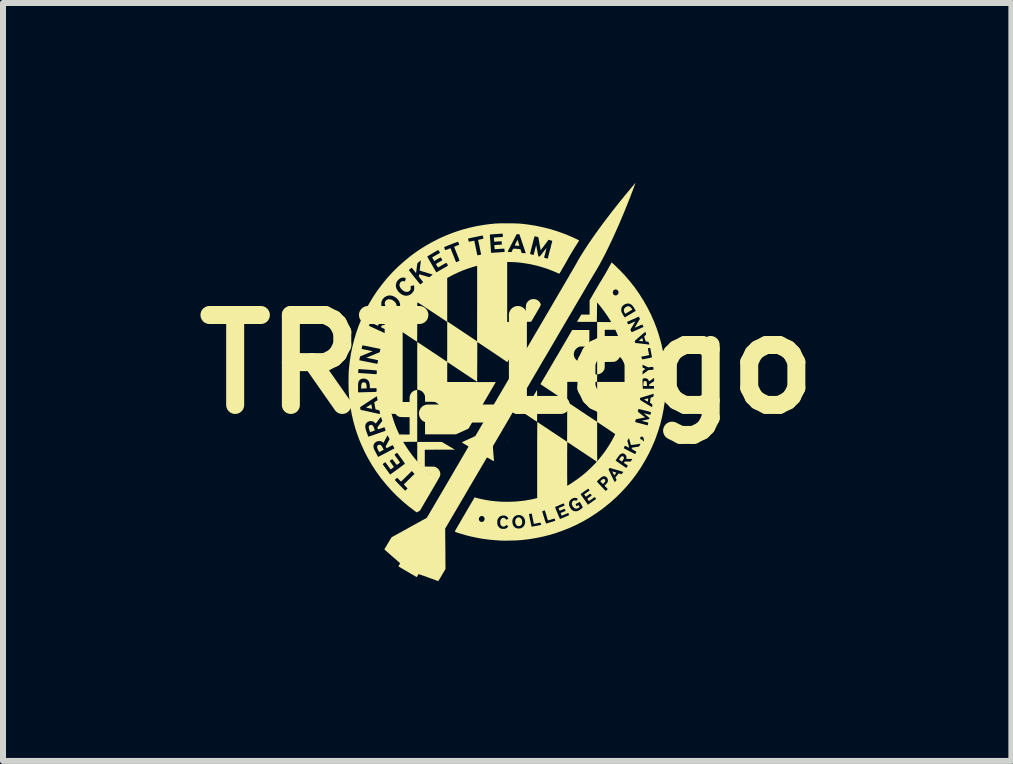
<source format=kicad_pcb>
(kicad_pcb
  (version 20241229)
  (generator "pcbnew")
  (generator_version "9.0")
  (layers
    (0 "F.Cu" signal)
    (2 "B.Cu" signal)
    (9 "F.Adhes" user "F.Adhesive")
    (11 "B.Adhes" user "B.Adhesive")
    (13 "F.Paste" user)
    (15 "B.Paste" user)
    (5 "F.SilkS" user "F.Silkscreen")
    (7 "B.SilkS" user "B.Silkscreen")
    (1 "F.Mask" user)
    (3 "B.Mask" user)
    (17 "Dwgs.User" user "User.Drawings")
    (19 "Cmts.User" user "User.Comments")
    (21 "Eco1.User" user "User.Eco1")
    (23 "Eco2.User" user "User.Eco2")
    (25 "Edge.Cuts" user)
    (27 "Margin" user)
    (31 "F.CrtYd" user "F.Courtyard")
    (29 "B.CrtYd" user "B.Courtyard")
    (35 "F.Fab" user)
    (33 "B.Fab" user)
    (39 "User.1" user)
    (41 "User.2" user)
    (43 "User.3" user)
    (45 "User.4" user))
  (footprint "TRT_Logo"
    (layer "F.Cu")
    (at 5.407 3.024)
    (property "Reference" "TRT_Logo" (at 0 0 0) (layer "F.SilkS") (effects (font (size 1.5 1.5) (thickness 0.3))))
    (attr board_only exclude_from_pos_files exclude_from_bom)
    (fp_poly (pts (xy -0.00048 1.284) (xy -0.000001 1.287) (xy -0.002 1.291) (xy -0.003 1.292) (xy -0.007 1.289) (xy -0.007 1.289) (xy -0.004 1.284) (xy -0.003 1.284)) (stroke (width 0) (type solid)) (fill yes) (layer "F.SilkS"))
    (fp_poly (pts (xy 1.756 1.786) (xy 1.773 1.792) (xy 1.79 1.797) (xy 1.803 1.801) (xy 1.814 1.805) (xy 1.819 1.807) (xy 1.82 1.807) (xy 1.818 1.81) (xy 1.813 1.817) (xy 1.806 1.826) (xy 1.802 1.83) (xy 1.784 1.852) (xy 1.767 1.818) (xy 1.76 1.803) (xy 1.755 1.794) (xy 1.754 1.788) (xy 1.755 1.786)) (stroke (width 0) (type solid)) (fill yes) (layer "F.SilkS"))
    (fp_poly (pts (xy 2.302 0.279) (xy 2.312 0.281) (xy 2.32 0.286) (xy 2.325 0.295) (xy 2.328 0.309) (xy 2.33 0.329) (xy 2.33 0.33) (xy 2.331 0.362) (xy 2.3 0.362) (xy 2.27 0.362) (xy 2.271 0.329) (xy 2.272 0.313) (xy 2.273 0.302) (xy 2.275 0.295) (xy 2.277 0.29) (xy 2.28 0.287) (xy 2.288 0.281) (xy 2.296 0.279)) (stroke (width 0) (type solid)) (fill yes) (layer "F.SilkS"))
    (fp_poly (pts (xy -2.375 0.303) (xy -2.364 0.309) (xy -2.355 0.319) (xy -2.349 0.334) (xy -2.346 0.354) (xy -2.344 0.369) (xy -2.343 0.402) (xy -2.361 0.402) (xy -2.373 0.402) (xy -2.389 0.403) (xy -2.405 0.404) (xy -2.406 0.404) (xy -2.434 0.406) (xy -2.434 0.372) (xy -2.433 0.348) (xy -2.429 0.329) (xy -2.423 0.316) (xy -2.415 0.307) (xy -2.403 0.303) (xy -2.391 0.302)) (stroke (width 0) (type solid)) (fill yes) (layer "F.SilkS"))
    (fp_poly (pts (xy 1.62 1.915) (xy 1.628 1.922) (xy 1.635 1.935) (xy 1.636 1.948) (xy 1.631 1.959) (xy 1.626 1.965) (xy 1.619 1.974) (xy 1.611 1.982) (xy 1.604 1.99) (xy 1.599 1.994) (xy 1.597 1.995) (xy 1.594 1.993) (xy 1.587 1.987) (xy 1.578 1.979) (xy 1.574 1.974) (xy 1.552 1.952) (xy 1.562 1.942) (xy 1.579 1.925) (xy 1.595 1.916) (xy 1.608 1.912)) (stroke (width 0) (type solid)) (fill yes) (layer "F.SilkS"))
    (fp_poly (pts (xy 0.182 -2.047) (xy 0.187 -2.031) (xy 0.192 -2.014) (xy 0.196 -2) (xy 0.197 -1.997) (xy 0.2 -1.986) (xy 0.203 -1.979) (xy 0.203 -1.976) (xy 0.2 -1.976) (xy 0.191 -1.976) (xy 0.177 -1.976) (xy 0.159 -1.977) (xy 0.148 -1.978) (xy 0.135 -1.979) (xy 0.128 -1.981) (xy 0.127 -1.983) (xy 0.128 -1.987) (xy 0.132 -1.996) (xy 0.138 -2.009) (xy 0.146 -2.024) (xy 0.15 -2.032) (xy 0.172 -2.077)) (stroke (width 0) (type solid)) (fill yes) (layer "F.SilkS"))
    (fp_poly (pts (xy 2.253 -0.434) (xy 2.256 -0.425) (xy 2.259 -0.415) (xy 2.262 -0.403) (xy 2.265 -0.394) (xy 2.266 -0.387) (xy 2.266 -0.386) (xy 2.263 -0.385) (xy 2.254 -0.385) (xy 2.242 -0.386) (xy 2.231 -0.386) (xy 2.217 -0.388) (xy 2.206 -0.389) (xy 2.199 -0.391) (xy 2.198 -0.392) (xy 2.2 -0.395) (xy 2.207 -0.401) (xy 2.216 -0.409) (xy 2.226 -0.418) (xy 2.236 -0.426) (xy 2.244 -0.433) (xy 2.25 -0.437) (xy 2.252 -0.438)) (stroke (width 0) (type solid)) (fill yes) (layer "F.SilkS"))
    (fp_poly (pts (xy 2.044 -0.961) (xy 2.059 -0.949) (xy 2.075 -0.931) (xy 2.081 -0.921) (xy 2.087 -0.912) (xy 2.028 -0.877) (xy 2.011 -0.866) (xy 1.995 -0.857) (xy 1.982 -0.85) (xy 1.973 -0.844) (xy 1.969 -0.842) (xy 1.969 -0.842) (xy 1.967 -0.844) (xy 1.962 -0.851) (xy 1.959 -0.856) (xy 1.949 -0.878) (xy 1.945 -0.898) (xy 1.946 -0.915) (xy 1.955 -0.932) (xy 1.969 -0.948) (xy 1.986 -0.959) (xy 2.006 -0.966) (xy 2.009 -0.967) (xy 2.027 -0.967)) (stroke (width 0) (type solid)) (fill yes) (layer "F.SilkS"))
    (fp_poly (pts (xy -2.111 1.345) (xy -2.098 1.357) (xy -2.095 1.361) (xy -2.089 1.37) (xy -2.082 1.381) (xy -2.075 1.394) (xy -2.069 1.406) (xy -2.064 1.416) (xy -2.061 1.423) (xy -2.06 1.426) (xy -2.064 1.428) (xy -2.072 1.432) (xy -2.083 1.439) (xy -2.097 1.446) (xy -2.098 1.446) (xy -2.133 1.465) (xy -2.148 1.438) (xy -2.16 1.414) (xy -2.167 1.395) (xy -2.17 1.379) (xy -2.168 1.366) (xy -2.162 1.356) (xy -2.156 1.351) (xy -2.14 1.342) (xy -2.125 1.341)) (stroke (width 0) (type solid)) (fill yes) (layer "F.SilkS"))
    (fp_poly (pts (xy -2.266 0.671) (xy -2.263 0.68) (xy -2.261 0.692) (xy -2.258 0.705) (xy -2.251 0.742) (xy -2.258 0.741) (xy -2.264 0.741) (xy -2.275 0.739) (xy -2.289 0.736) (xy -2.306 0.733) (xy -2.308 0.732) (xy -2.324 0.729) (xy -2.337 0.726) (xy -2.347 0.723) (xy -2.351 0.722) (xy -2.351 0.722) (xy -2.349 0.72) (xy -2.343 0.715) (xy -2.333 0.708) (xy -2.321 0.7) (xy -2.307 0.692) (xy -2.294 0.683) (xy -2.283 0.676) (xy -2.274 0.671) (xy -2.268 0.669) (xy -2.267 0.668)) (stroke (width 0) (type solid)) (fill yes) (layer "F.SilkS"))
    (fp_poly (pts (xy 2.352 0.569) (xy 2.352 0.573) (xy 2.351 0.581) (xy 2.35 0.592) (xy 2.348 0.604) (xy 2.346 0.613) (xy 2.343 0.62) (xy 2.342 0.621) (xy 2.338 0.62) (xy 2.329 0.615) (xy 2.319 0.61) (xy 2.319 0.609) (xy 2.304 0.601) (xy 2.294 0.594) (xy 2.288 0.59) (xy 2.285 0.588) (xy 2.285 0.587) (xy 2.287 0.585) (xy 2.287 0.585) (xy 2.293 0.583) (xy 2.302 0.58) (xy 2.314 0.577) (xy 2.327 0.574) (xy 2.338 0.571) (xy 2.347 0.569) (xy 2.351 0.569)) (stroke (width 0) (type solid)) (fill yes) (layer "F.SilkS"))
    (fp_poly (pts (xy 0.212 2.557) (xy 0.227 2.569) (xy 0.228 2.57) (xy 0.24 2.584) (xy 0.247 2.601) (xy 0.25 2.621) (xy 0.25 2.632) (xy 0.248 2.655) (xy 0.241 2.673) (xy 0.229 2.687) (xy 0.214 2.695) (xy 0.195 2.699) (xy 0.193 2.699) (xy 0.177 2.697) (xy 0.166 2.693) (xy 0.152 2.679) (xy 0.141 2.662) (xy 0.135 2.641) (xy 0.133 2.619) (xy 0.137 2.596) (xy 0.137 2.594) (xy 0.143 2.581) (xy 0.153 2.569) (xy 0.165 2.559) (xy 0.177 2.554) (xy 0.178 2.554) (xy 0.196 2.553)) (stroke (width 0) (type solid)) (fill yes) (layer "F.SilkS"))
    (fp_poly (pts (xy 1.933 1.536) (xy 1.94 1.542) (xy 1.946 1.552) (xy 1.946 1.565) (xy 1.94 1.581) (xy 1.936 1.589) (xy 1.927 1.603) (xy 1.921 1.613) (xy 1.917 1.618) (xy 1.915 1.621) (xy 1.914 1.622) (xy 1.91 1.62) (xy 1.903 1.616) (xy 1.893 1.609) (xy 1.889 1.607) (xy 1.879 1.599) (xy 1.871 1.593) (xy 1.867 1.588) (xy 1.867 1.588) (xy 1.869 1.582) (xy 1.875 1.574) (xy 1.882 1.563) (xy 1.891 1.552) (xy 1.899 1.543) (xy 1.906 1.537) (xy 1.908 1.535) (xy 1.92 1.533)) (stroke (width 0) (type solid)) (fill yes) (layer "F.SilkS"))
    (fp_poly (pts (xy -1.95 -1.083) (xy -1.926 -1.076) (xy -1.904 -1.065) (xy -1.883 -1.049) (xy -1.881 -1.047) (xy -1.864 -1.029) (xy -1.853 -1.012) (xy -1.846 -0.994) (xy -1.844 -0.982) (xy -1.845 -0.961) (xy -1.852 -0.942) (xy -1.863 -0.927) (xy -1.879 -0.915) (xy -1.897 -0.908) (xy -1.918 -0.905) (xy -1.941 -0.908) (xy -1.953 -0.911) (xy -1.975 -0.921) (xy -1.995 -0.935) (xy -2.014 -0.951) (xy -2.028 -0.969) (xy -2.037 -0.987) (xy -2.037 -0.988) (xy -2.042 -1.01) (xy -2.04 -1.031) (xy -2.033 -1.049) (xy -2.02 -1.065) (xy -2.003 -1.077) (xy -1.992 -1.082) (xy -1.972 -1.085)) (stroke (width 0) (type solid)) (fill yes) (layer "F.SilkS"))
    (fp_poly (pts (xy -2.262 1.01) (xy -2.249 1.016) (xy -2.237 1.028) (xy -2.229 1.041) (xy -2.225 1.051) (xy -2.22 1.063) (xy -2.215 1.076) (xy -2.211 1.088) (xy -2.208 1.097) (xy -2.207 1.103) (xy -2.208 1.103) (xy -2.211 1.105) (xy -2.219 1.108) (xy -2.23 1.112) (xy -2.243 1.117) (xy -2.257 1.122) (xy -2.269 1.126) (xy -2.279 1.13) (xy -2.285 1.132) (xy -2.285 1.132) (xy -2.287 1.129) (xy -2.289 1.121) (xy -2.294 1.109) (xy -2.296 1.101) (xy -2.304 1.078) (xy -2.308 1.059) (xy -2.309 1.045) (xy -2.307 1.034) (xy -2.301 1.025) (xy -2.292 1.017) (xy -2.291 1.016) (xy -2.276 1.01)) (stroke (width 0) (type solid)) (fill yes) (layer "F.SilkS"))
    (fp_poly (pts (xy -2.143 -0.76) (xy -2.141 -0.759) (xy -2.131 -0.75) (xy -2.125 -0.74) (xy -2.124 -0.726) (xy -2.124 -0.72) (xy -2.126 -0.712) (xy -2.13 -0.699) (xy -2.135 -0.686) (xy -2.14 -0.672) (xy -2.146 -0.659) (xy -2.151 -0.649) (xy -2.155 -0.644) (xy -2.156 -0.643) (xy -2.16 -0.644) (xy -2.168 -0.647) (xy -2.18 -0.653) (xy -2.193 -0.659) (xy -2.207 -0.665) (xy -2.219 -0.671) (xy -2.227 -0.675) (xy -2.23 -0.677) (xy -2.229 -0.681) (xy -2.226 -0.689) (xy -2.221 -0.7) (xy -2.214 -0.713) (xy -2.207 -0.726) (xy -2.2 -0.739) (xy -2.193 -0.749) (xy -2.188 -0.755) (xy -2.187 -0.756) (xy -2.173 -0.764) (xy -2.159 -0.765)) (stroke (width 0) (type solid)) (fill yes) (layer "F.SilkS"))
    (fp_poly (pts (xy 0.497 0.431) (xy 0.498 0.439) (xy 0.498 0.454) (xy 0.499 0.474) (xy 0.499 0.5) (xy 0.499 0.53) (xy 0.5 0.564) (xy 0.5 0.603) (xy 0.5 0.645) (xy 0.5 0.69) (xy 0.5 0.691) (xy 0.5 0.733) (xy 0.5 0.772) (xy 0.5 0.809) (xy 0.5 0.843) (xy 0.499 0.874) (xy 0.499 0.901) (xy 0.499 0.923) (xy 0.498 0.94) (xy 0.498 0.952) (xy 0.498 0.958) (xy 0.498 0.958) (xy 0.494 0.956) (xy 0.486 0.951) (xy 0.474 0.943) (xy 0.458 0.933) (xy 0.438 0.92) (xy 0.417 0.905) (xy 0.393 0.89) (xy 0.388 0.886) (xy 0.364 0.87) (xy 0.342 0.855) (xy 0.322 0.842) (xy 0.305 0.831) (xy 0.292 0.822) (xy 0.282 0.815) (xy 0.278 0.812) (xy 0.277 0.812) (xy 0.278 0.809) (xy 0.282 0.801) (xy 0.288 0.789) (xy 0.298 0.771) (xy 0.311 0.748) (xy 0.327 0.719) (xy 0.346 0.686) (xy 0.369 0.647) (xy 0.394 0.603) (xy 0.423 0.553) (xy 0.456 0.498) (xy 0.492 0.437) (xy 0.497 0.428)) (stroke (width 0) (type solid)) (fill yes) (layer "F.SilkS"))
    (fp_poly (pts (xy 0.469 -1.084) (xy 0.493 -1.076) (xy 0.515 -1.063) (xy 0.535 -1.045) (xy 0.55 -1.022) (xy 0.55 -1.021) (xy 0.554 -1.014) (xy 0.557 -1.009) (xy 0.559 -1.004) (xy 0.56 -0.998) (xy 0.559 -0.992) (xy 0.557 -0.985) (xy 0.554 -0.976) (xy 0.548 -0.964) (xy 0.54 -0.95) (xy 0.53 -0.932) (xy 0.517 -0.91) (xy 0.502 -0.883) (xy 0.483 -0.851) (xy 0.483 -0.851) (xy 0.467 -0.823) (xy 0.451 -0.797) (xy 0.437 -0.773) (xy 0.425 -0.753) (xy 0.415 -0.735) (xy 0.407 -0.722) (xy 0.401 -0.714) (xy 0.399 -0.71) (xy 0.395 -0.709) (xy 0.384 -0.709) (xy 0.367 -0.708) (xy 0.343 -0.708) (xy 0.314 -0.708) (xy 0.279 -0.707) (xy 0.239 -0.708) (xy 0.234 -0.708) (xy 0.072 -0.708) (xy 0.075 -0.724) (xy 0.081 -0.749) (xy 0.094 -0.773) (xy 0.111 -0.794) (xy 0.133 -0.811) (xy 0.143 -0.816) (xy 0.165 -0.827) (xy 0.237 -0.828) (xy 0.31 -0.829) (xy 0.31 -0.901) (xy 0.31 -0.931) (xy 0.311 -0.955) (xy 0.312 -0.974) (xy 0.315 -0.99) (xy 0.318 -1.003) (xy 0.322 -1.014) (xy 0.328 -1.025) (xy 0.332 -1.031) (xy 0.349 -1.052) (xy 0.37 -1.068) (xy 0.394 -1.08) (xy 0.419 -1.086) (xy 0.444 -1.088)) (stroke (width 0) (type solid)) (fill yes) (layer "F.SilkS"))
    (fp_poly (pts (xy 2.138 -3.021) (xy 2.135 -3.012) (xy 2.13 -2.998) (xy 2.124 -2.98) (xy 2.115 -2.958) (xy 2.106 -2.933) (xy 2.095 -2.905) (xy 2.084 -2.875) (xy 2.072 -2.845) (xy 2.06 -2.813) (xy 2.048 -2.781) (xy 2.036 -2.75) (xy 2.024 -2.72) (xy 2.013 -2.692) (xy 2.006 -2.675) (xy 1.959 -2.558) (xy 1.911 -2.444) (xy 1.864 -2.332) (xy 1.816 -2.225) (xy 1.769 -2.12) (xy 1.722 -2.02) (xy 1.676 -1.925) (xy 1.631 -1.834) (xy 1.586 -1.748) (xy 1.543 -1.668) (xy 1.5 -1.593) (xy 1.46 -1.525) (xy 1.443 -1.499) (xy 1.44 -1.493) (xy 1.434 -1.483) (xy 1.425 -1.467) (xy 1.412 -1.446) (xy 1.397 -1.42) (xy 1.379 -1.39) (xy 1.358 -1.355) (xy 1.335 -1.316) (xy 1.31 -1.272) (xy 1.282 -1.225) (xy 1.253 -1.175) (xy 1.221 -1.121) (xy 1.187 -1.064) (xy 1.152 -1.004) (xy 1.115 -0.941) (xy 1.077 -0.875) (xy 1.037 -0.808) (xy 0.996 -0.738) (xy 0.954 -0.667) (xy 0.911 -0.593) (xy 0.867 -0.519) (xy 0.823 -0.443) (xy 0.778 -0.366) (xy 0.732 -0.288) (xy 0.686 -0.209) (xy 0.64 -0.131) (xy 0.593 -0.052) (xy 0.547 0.027) (xy 0.501 0.106) (xy 0.455 0.184) (xy 0.41 0.261) (xy 0.365 0.338) (xy 0.32 0.414) (xy 0.277 0.488) (xy 0.234 0.56) (xy 0.193 0.631) (xy 0.152 0.7) (xy 0.113 0.767) (xy 0.075 0.831) (xy 0.039 0.893) (xy 0.005 0.952) (xy -0.028 1.008) (xy -0.059 1.06) (xy -0.088 1.11) (xy -0.114 1.155) (xy -0.139 1.197) (xy -0.161 1.234) (xy -0.18 1.267) (xy -0.197 1.296) (xy -0.211 1.32) (xy -0.222 1.339) (xy -0.23 1.353) (xy -0.235 1.361) (xy -0.236 1.364) (xy -0.237 1.368) (xy -0.237 1.374) (xy -0.237 1.385) (xy -0.237 1.4) (xy -0.235 1.42) (xy -0.233 1.445) (xy -0.231 1.476) (xy -0.23 1.491) (xy -0.228 1.518) (xy -0.226 1.544) (xy -0.224 1.567) (xy -0.222 1.586) (xy -0.221 1.601) (xy -0.221 1.61) (xy -0.221 1.614) (xy -0.224 1.614) (xy -0.232 1.611) (xy -0.245 1.604) (xy -0.261 1.595) (xy -0.278 1.585) (xy -0.296 1.575) (xy -0.312 1.566) (xy -0.325 1.56) (xy -0.334 1.556) (xy -0.338 1.555) (xy -0.338 1.555) (xy -0.34 1.558) (xy -0.345 1.567) (xy -0.353 1.58) (xy -0.364 1.599) (xy -0.378 1.623) (xy -0.394 1.65) (xy -0.413 1.682) (xy -0.434 1.718) (xy -0.457 1.758) (xy -0.483 1.8) (xy -0.509 1.846) (xy -0.538 1.895) (xy -0.568 1.946) (xy -0.599 1.999) (xy -0.632 2.054) (xy -0.665 2.111) (xy -0.687 2.149) (xy -1.034 2.74) (xy -1.031 3.077) (xy -1.029 3.414) (xy -1.088 3.514) (xy -1.101 3.537) (xy -1.114 3.559) (xy -1.126 3.577) (xy -1.135 3.593) (xy -1.143 3.605) (xy -1.147 3.612) (xy -1.149 3.614) (xy -1.154 3.614) (xy -1.162 3.611) (xy -1.163 3.611) (xy -1.175 3.606) (xy -1.19 3.601) (xy -1.21 3.593) (xy -1.232 3.585) (xy -1.257 3.576) (xy -1.284 3.567) (xy -1.311 3.557) (xy -1.339 3.547) (xy -1.365 3.537) (xy -1.391 3.528) (xy -1.414 3.52) (xy -1.435 3.513) (xy -1.452 3.507) (xy -1.465 3.502) (xy -1.473 3.499) (xy -1.475 3.499) (xy -1.478 3.502) (xy -1.484 3.509) (xy -1.49 3.519) (xy -1.493 3.524) (xy -1.5 3.535) (xy -1.505 3.544) (xy -1.508 3.548) (xy -1.508 3.549) (xy -1.511 3.547) (xy -1.519 3.543) (xy -1.532 3.535) (xy -1.548 3.526) (xy -1.568 3.514) (xy -1.59 3.502) (xy -1.614 3.488) (xy -1.639 3.473) (xy -1.664 3.458) (xy -1.69 3.443) (xy -1.715 3.429) (xy -1.738 3.415) (xy -1.759 3.402) (xy -1.778 3.391) (xy -1.793 3.382) (xy -1.805 3.375) (xy -1.812 3.371) (xy -1.813 3.37) (xy -1.812 3.367) (xy -1.808 3.359) (xy -1.803 3.349) (xy -1.8 3.345) (xy -1.794 3.333) (xy -1.788 3.324) (xy -1.785 3.319) (xy -1.785 3.319) (xy -1.787 3.316) (xy -1.794 3.31) (xy -1.805 3.3) (xy -1.82 3.287) (xy -1.838 3.271) (xy -1.858 3.253) (xy -1.881 3.233) (xy -1.906 3.212) (xy -1.915 3.204) (xy -1.941 3.182) (xy -1.964 3.161) (xy -1.986 3.142) (xy -2.005 3.126) (xy -2.021 3.111) (xy -2.034 3.1) (xy -2.042 3.092) (xy -2.046 3.088) (xy -2.047 3.087) (xy -2.045 3.083) (xy -2.041 3.074) (xy -2.033 3.062) (xy -2.024 3.045) (xy -2.013 3.027) (xy -2.002 3.007) (xy -1.989 2.986) (xy -1.976 2.965) (xy -1.964 2.944) (xy -1.953 2.926) (xy -1.943 2.909) (xy -1.935 2.897) (xy -1.929 2.888) (xy -1.925 2.884) (xy -1.925 2.884) (xy -1.921 2.881) (xy -1.912 2.876) (xy -1.898 2.868) (xy -1.879 2.858) (xy -1.856 2.845) (xy -1.829 2.83) (xy -1.799 2.813) (xy -1.765 2.795) (xy -1.729 2.775) (xy -1.691 2.754) (xy -1.651 2.732) (xy -1.629 2.719) (xy -1.34 2.56) (xy -0.991 1.965) (xy -0.957 1.907) (xy -0.924 1.851) (xy -0.892 1.796) (xy -0.862 1.743) (xy -0.832 1.693) (xy -0.804 1.646) (xy -0.778 1.601) (xy -0.754 1.559) (xy -0.731 1.521) (xy -0.711 1.486) (xy -0.694 1.456) (xy -0.678 1.43) (xy -0.666 1.408) (xy -0.656 1.391) (xy -0.649 1.379) (xy -0.645 1.372) (xy -0.644 1.37) (xy -0.647 1.369) (xy -0.655 1.364) (xy -0.667 1.357) (xy -0.682 1.348) (xy -0.699 1.338) (xy -0.701 1.337) (xy -0.718 1.327) (xy -0.733 1.318) (xy -0.745 1.31) (xy -0.753 1.305) (xy -0.757 1.302) (xy -0.757 1.302) (xy -0.754 1.301) (xy -0.745 1.296) (xy -0.732 1.29) (xy -0.715 1.282) (xy -0.695 1.272) (xy -0.671 1.261) (xy -0.646 1.25) (xy -0.644 1.249) (xy -0.532 1.198) (xy 0.295 -0.213) (xy 0.348 -0.303) (xy 0.4 -0.392) (xy 0.451 -0.479) (xy 0.502 -0.565) (xy 0.551 -0.649) (xy 0.599 -0.731) (xy 0.646 -0.811) (xy 0.691 -0.888) (xy 0.735 -0.963) (xy 0.777 -1.036) (xy 0.818 -1.105) (xy 0.856 -1.171) (xy 0.893 -1.234) (xy 0.928 -1.293) (xy 0.96 -1.349) (xy 0.991 -1.401) (xy 1.019 -1.449) (xy 1.044 -1.493) (xy 1.067 -1.533) (xy 1.088 -1.567) (xy 1.105 -1.598) (xy 1.12 -1.623) (xy 1.132 -1.643) (xy 1.14 -1.658) (xy 1.146 -1.667) (xy 1.148 -1.671) (xy 1.182 -1.733) (xy 1.221 -1.799) (xy 1.265 -1.869) (xy 1.313 -1.944) (xy 1.364 -2.021) (xy 1.419 -2.101) (xy 1.478 -2.185) (xy 1.54 -2.27) (xy 1.604 -2.358) (xy 1.672 -2.447) (xy 1.741 -2.538) (xy 1.813 -2.629) (xy 1.887 -2.722) (xy 1.941 -2.787) (xy 1.961 -2.813) (xy 1.983 -2.839) (xy 2.005 -2.865) (xy 2.026 -2.891) (xy 2.047 -2.916) (xy 2.066 -2.939) (xy 2.085 -2.961) (xy 2.101 -2.98) (xy 2.115 -2.997) (xy 2.126 -3.01) (xy 2.134 -3.019) (xy 2.139 -3.024) (xy 2.139 -3.024)) (stroke (width 0) (type solid)) (fill yes) (layer "F.SilkS"))
    (fp_poly (pts (xy 1.765 -1.678) (xy 1.78 -1.664) (xy 1.799 -1.646) (xy 1.82 -1.626) (xy 1.843 -1.603) (xy 1.867 -1.58) (xy 1.891 -1.556) (xy 1.913 -1.533) (xy 1.934 -1.511) (xy 1.952 -1.493) (xy 1.957 -1.487) (xy 2.044 -1.386) (xy 2.126 -1.282) (xy 2.202 -1.174) (xy 2.272 -1.063) (xy 2.337 -0.949) (xy 2.396 -0.832) (xy 2.449 -0.712) (xy 2.496 -0.59) (xy 2.536 -0.465) (xy 2.571 -0.339) (xy 2.599 -0.21) (xy 2.621 -0.08) (xy 2.627 -0.037) (xy 2.631 -0.002) (xy 2.635 0.03) (xy 2.638 0.059) (xy 2.64 0.087) (xy 2.642 0.114) (xy 2.643 0.143) (xy 2.644 0.174) (xy 2.645 0.208) (xy 2.645 0.246) (xy 2.645 0.29) (xy 2.645 0.292) (xy 2.645 0.337) (xy 2.645 0.377) (xy 2.644 0.412) (xy 2.643 0.444) (xy 2.642 0.474) (xy 2.64 0.503) (xy 2.637 0.532) (xy 2.634 0.563) (xy 2.63 0.596) (xy 2.627 0.627) (xy 2.607 0.757) (xy 2.581 0.885) (xy 2.549 1.012) (xy 2.51 1.136) (xy 2.466 1.259) (xy 2.415 1.378) (xy 2.359 1.495) (xy 2.297 1.609) (xy 2.23 1.72) (xy 2.157 1.828) (xy 2.079 1.932) (xy 1.996 2.032) (xy 1.907 2.128) (xy 1.814 2.221) (xy 1.716 2.308) (xy 1.613 2.391) (xy 1.589 2.41) (xy 1.482 2.486) (xy 1.375 2.556) (xy 1.265 2.62) (xy 1.152 2.678) (xy 1.037 2.73) (xy 0.917 2.777) (xy 0.81 2.815) (xy 0.701 2.847) (xy 0.59 2.875) (xy 0.477 2.898) (xy 0.361 2.917) (xy 0.241 2.931) (xy 0.185 2.935) (xy 0.171 2.936) (xy 0.151 2.937) (xy 0.127 2.938) (xy 0.1 2.939) (xy 0.07 2.939) (xy 0.04 2.94) (xy 0.01 2.94) (xy -0.019 2.941) (xy -0.046 2.941) (xy -0.069 2.941) (xy -0.088 2.94) (xy -0.102 2.94) (xy -0.209 2.933) (xy -0.311 2.923) (xy -0.409 2.91) (xy -0.505 2.893) (xy -0.598 2.873) (xy -0.692 2.85) (xy -0.786 2.822) (xy -0.804 2.816) (xy -0.828 2.809) (xy -0.845 2.803) (xy -0.858 2.798) (xy -0.867 2.794) (xy -0.871 2.791) (xy -0.873 2.789) (xy -0.873 2.788) (xy -0.872 2.786) (xy -0.869 2.78) (xy -0.864 2.77) (xy -0.857 2.756) (xy -0.847 2.739) (xy -0.834 2.718) (xy -0.82 2.692) (xy -0.802 2.662) (xy -0.785 2.632) (xy -0.165 2.632) (xy -0.165 2.635) (xy -0.165 2.652) (xy -0.164 2.665) (xy -0.162 2.675) (xy -0.159 2.684) (xy -0.157 2.687) (xy -0.144 2.708) (xy -0.127 2.726) (xy -0.107 2.738) (xy -0.097 2.742) (xy -0.085 2.744) (xy -0.07 2.745) (xy -0.054 2.745) (xy -0.039 2.743) (xy -0.027 2.741) (xy -0.024 2.74) (xy -0.016 2.735) (xy -0.006 2.728) (xy 0.004 2.72) (xy 0.012 2.712) (xy 0.016 2.705) (xy 0.017 2.703) (xy 0.014 2.699) (xy 0.007 2.694) (xy 0.001 2.689) (xy -0.015 2.68) (xy -0.027 2.692) (xy -0.041 2.703) (xy -0.057 2.707) (xy -0.073 2.706) (xy -0.088 2.699) (xy -0.102 2.687) (xy -0.106 2.682) (xy -0.111 2.673) (xy -0.114 2.665) (xy -0.115 2.654) (xy -0.116 2.64) (xy -0.116 2.625) (xy 0.086 2.625) (xy 0.089 2.654) (xy 0.097 2.679) (xy 0.11 2.701) (xy 0.128 2.719) (xy 0.15 2.732) (xy 0.156 2.734) (xy 0.171 2.737) (xy 0.19 2.738) (xy 0.21 2.737) (xy 0.229 2.733) (xy 0.242 2.728) (xy 0.263 2.713) (xy 0.28 2.695) (xy 0.291 2.672) (xy 0.298 2.647) (xy 0.299 2.62) (xy 0.299 2.618) (xy 0.294 2.591) (xy 0.284 2.566) (xy 0.269 2.546) (xy 0.251 2.53) (xy 0.229 2.519) (xy 0.205 2.514) (xy 0.179 2.515) (xy 0.174 2.515) (xy 0.153 2.52) (xy 0.137 2.528) (xy 0.122 2.539) (xy 0.112 2.549) (xy 0.099 2.567) (xy 0.09 2.588) (xy 0.086 2.612) (xy 0.086 2.625) (xy -0.116 2.625) (xy -0.117 2.625) (xy -0.116 2.614) (xy -0.113 2.605) (xy -0.109 2.594) (xy -0.099 2.578) (xy -0.085 2.566) (xy -0.07 2.56) (xy -0.054 2.561) (xy -0.048 2.562) (xy -0.038 2.568) (xy -0.028 2.576) (xy -0.021 2.586) (xy -0.019 2.589) (xy -0.016 2.591) (xy -0.009 2.589) (xy 0.000326 2.585) (xy 0.009 2.58) (xy 0.016 2.575) (xy 0.02 2.571) (xy 0.02 2.57) (xy 0.018 2.565) (xy 0.012 2.558) (xy 0.004 2.549) (xy 0.003 2.548) (xy -0.012 2.535) (xy -0.026 2.527) (xy -0.042 2.523) (xy -0.062 2.522) (xy -0.064 2.522) (xy -0.09 2.525) (xy -0.113 2.533) (xy -0.132 2.546) (xy -0.147 2.565) (xy -0.154 2.578) (xy -0.159 2.588) (xy -0.162 2.597) (xy -0.164 2.606) (xy -0.165 2.617) (xy -0.165 2.632) (xy -0.785 2.632) (xy -0.782 2.627) (xy -0.759 2.588) (xy -0.752 2.575) (xy -0.472 2.575) (xy -0.472 2.592) (xy -0.464 2.608) (xy -0.454 2.62) (xy -0.44 2.627) (xy -0.425 2.629) (xy -0.409 2.627) (xy -0.397 2.62) (xy -0.384 2.606) (xy -0.378 2.59) (xy -0.377 2.578) (xy -0.379 2.561) (xy -0.387 2.547) (xy -0.398 2.538) (xy -0.411 2.531) (xy -0.426 2.53) (xy -0.44 2.532) (xy -0.453 2.54) (xy -0.464 2.552) (xy -0.467 2.557) (xy -0.472 2.575) (xy -0.752 2.575) (xy -0.734 2.544) (xy -0.706 2.497) (xy 0.364 2.497) (xy 0.364 2.501) (xy 0.366 2.51) (xy 0.368 2.523) (xy 0.371 2.541) (xy 0.375 2.561) (xy 0.379 2.583) (xy 0.384 2.605) (xy 0.389 2.628) (xy 0.394 2.649) (xy 0.398 2.669) (xy 0.402 2.686) (xy 0.405 2.698) (xy 0.407 2.706) (xy 0.408 2.709) (xy 0.412 2.708) (xy 0.422 2.706) (xy 0.436 2.704) (xy 0.454 2.7) (xy 0.475 2.696) (xy 0.488 2.694) (xy 0.51 2.69) (xy 0.529 2.686) (xy 0.545 2.682) (xy 0.557 2.68) (xy 0.564 2.678) (xy 0.565 2.678) (xy 0.565 2.674) (xy 0.564 2.666) (xy 0.562 2.659) (xy 0.561 2.652) (xy 0.56 2.647) (xy 0.557 2.644) (xy 0.554 2.642) (xy 0.547 2.642) (xy 0.537 2.643) (xy 0.522 2.646) (xy 0.503 2.65) (xy 0.493 2.652) (xy 0.476 2.655) (xy 0.461 2.658) (xy 0.451 2.66) (xy 0.445 2.661) (xy 0.444 2.661) (xy 0.443 2.657) (xy 0.441 2.648) (xy 0.439 2.634) (xy 0.435 2.617) (xy 0.431 2.596) (xy 0.427 2.575) (xy 0.422 2.553) (xy 0.418 2.532) (xy 0.415 2.515) (xy 0.412 2.501) (xy 0.41 2.492) (xy 0.409 2.49) (xy 0.405 2.49) (xy 0.397 2.491) (xy 0.387 2.492) (xy 0.377 2.494) (xy 0.368 2.496) (xy 0.364 2.497) (xy 0.364 2.497) (xy -0.706 2.497) (xy -0.705 2.495) (xy -0.679 2.45) (xy 0.585 2.45) (xy 0.585 2.453) (xy 0.587 2.462) (xy 0.591 2.476) (xy 0.596 2.493) (xy 0.601 2.513) (xy 0.608 2.534) (xy 0.615 2.556) (xy 0.622 2.578) (xy 0.628 2.599) (xy 0.635 2.618) (xy 0.64 2.634) (xy 0.644 2.646) (xy 0.647 2.653) (xy 0.649 2.655) (xy 0.653 2.654) (xy 0.662 2.652) (xy 0.676 2.648) (xy 0.694 2.643) (xy 0.714 2.637) (xy 0.724 2.634) (xy 0.745 2.627) (xy 0.763 2.622) (xy 0.779 2.617) (xy 0.791 2.613) (xy 0.798 2.611) (xy 0.799 2.611) (xy 0.801 2.608) (xy 0.8 2.6) (xy 0.797 2.591) (xy 0.794 2.581) (xy 0.791 2.574) (xy 0.79 2.572) (xy 0.787 2.573) (xy 0.778 2.576) (xy 0.765 2.579) (xy 0.748 2.584) (xy 0.735 2.588) (xy 0.717 2.594) (xy 0.702 2.598) (xy 0.69 2.601) (xy 0.682 2.603) (xy 0.68 2.602) (xy 0.678 2.599) (xy 0.675 2.59) (xy 0.671 2.576) (xy 0.665 2.559) (xy 0.659 2.539) (xy 0.655 2.525) (xy 0.649 2.504) (xy 0.643 2.484) (xy 0.637 2.467) (xy 0.633 2.454) (xy 0.631 2.445) (xy 0.63 2.443) (xy 0.627 2.436) (xy 0.607 2.442) (xy 0.596 2.445) (xy 0.588 2.448) (xy 0.585 2.45) (xy -0.679 2.45) (xy -0.673 2.44) (xy -0.638 2.381) (xy -0.638 2.38) (xy 0.797 2.38) (xy 0.798 2.383) (xy 0.802 2.392) (xy 0.807 2.405) (xy 0.813 2.421) (xy 0.821 2.439) (xy 0.829 2.46) (xy 0.838 2.481) (xy 0.847 2.502) (xy 0.855 2.522) (xy 0.863 2.539) (xy 0.869 2.554) (xy 0.874 2.566) (xy 0.877 2.572) (xy 0.877 2.573) (xy 0.882 2.578) (xy 0.885 2.578) (xy 0.889 2.577) (xy 0.898 2.573) (xy 0.912 2.567) (xy 0.929 2.56) (xy 0.949 2.552) (xy 0.961 2.547) (xy 0.982 2.538) (xy 1 2.53) (xy 1.015 2.524) (xy 1.026 2.518) (xy 1.032 2.515) (xy 1.033 2.514) (xy 1.032 2.509) (xy 1.028 2.5) (xy 1.026 2.495) (xy 1.018 2.479) (xy 0.964 2.502) (xy 0.946 2.51) (xy 0.931 2.516) (xy 0.919 2.521) (xy 0.911 2.524) (xy 0.908 2.525) (xy 0.906 2.521) (xy 0.903 2.513) (xy 0.899 2.504) (xy 0.895 2.494) (xy 0.892 2.485) (xy 0.891 2.481) (xy 0.891 2.48) (xy 0.894 2.479) (xy 0.902 2.475) (xy 0.914 2.47) (xy 0.929 2.464) (xy 0.93 2.464) (xy 0.945 2.457) (xy 0.958 2.452) (xy 0.967 2.448) (xy 0.971 2.445) (xy 0.972 2.445) (xy 0.972 2.441) (xy 0.97 2.433) (xy 0.967 2.424) (xy 0.963 2.415) (xy 0.96 2.411) (xy 0.956 2.411) (xy 0.948 2.414) (xy 0.936 2.418) (xy 0.921 2.424) (xy 0.917 2.426) (xy 0.902 2.432) (xy 0.889 2.437) (xy 0.879 2.44) (xy 0.874 2.44) (xy 0.874 2.44) (xy 0.871 2.435) (xy 0.867 2.426) (xy 0.863 2.416) (xy 0.859 2.407) (xy 0.858 2.401) (xy 0.858 2.399) (xy 0.862 2.397) (xy 0.87 2.393) (xy 0.883 2.387) (xy 0.898 2.381) (xy 0.908 2.377) (xy 0.925 2.37) (xy 0.939 2.363) (xy 0.95 2.358) (xy 0.956 2.354) (xy 0.957 2.353) (xy 0.955 2.348) (xy 0.952 2.34) (xy 0.95 2.334) (xy 0.947 2.327) (xy 1.032 2.327) (xy 1.032 2.341) (xy 1.034 2.353) (xy 1.037 2.363) (xy 1.043 2.376) (xy 1.044 2.379) (xy 1.057 2.403) (xy 1.072 2.422) (xy 1.088 2.435) (xy 1.089 2.436) (xy 1.113 2.447) (xy 1.137 2.452) (xy 1.161 2.45) (xy 1.175 2.446) (xy 1.188 2.44) (xy 1.202 2.433) (xy 1.211 2.427) (xy 1.223 2.419) (xy 1.235 2.41) (xy 1.245 2.401) (xy 1.254 2.393) (xy 1.259 2.387) (xy 1.26 2.385) (xy 1.259 2.381) (xy 1.254 2.372) (xy 1.248 2.361) (xy 1.241 2.347) (xy 1.233 2.333) (xy 1.225 2.32) (xy 1.218 2.308) (xy 1.213 2.3) (xy 1.21 2.296) (xy 1.209 2.295) (xy 1.205 2.297) (xy 1.196 2.301) (xy 1.185 2.307) (xy 1.173 2.313) (xy 1.161 2.32) (xy 1.15 2.326) (xy 1.144 2.331) (xy 1.142 2.332) (xy 1.142 2.337) (xy 1.145 2.345) (xy 1.148 2.351) (xy 1.157 2.366) (xy 1.173 2.357) (xy 1.188 2.348) (xy 1.194 2.356) (xy 1.2 2.365) (xy 1.204 2.373) (xy 1.206 2.38) (xy 1.204 2.385) (xy 1.201 2.387) (xy 1.19 2.394) (xy 1.177 2.401) (xy 1.164 2.406) (xy 1.154 2.408) (xy 1.152 2.409) (xy 1.135 2.405) (xy 1.119 2.396) (xy 1.103 2.383) (xy 1.091 2.365) (xy 1.084 2.351) (xy 1.078 2.333) (xy 1.077 2.318) (xy 1.08 2.304) (xy 1.084 2.295) (xy 1.095 2.281) (xy 1.109 2.272) (xy 1.125 2.269) (xy 1.142 2.272) (xy 1.145 2.273) (xy 1.151 2.275) (xy 1.155 2.275) (xy 1.159 2.271) (xy 1.165 2.263) (xy 1.166 2.262) (xy 1.172 2.252) (xy 1.176 2.245) (xy 1.177 2.243) (xy 1.174 2.24) (xy 1.167 2.235) (xy 1.163 2.233) (xy 1.143 2.228) (xy 1.122 2.228) (xy 1.1 2.233) (xy 1.079 2.243) (xy 1.061 2.257) (xy 1.046 2.274) (xy 1.04 2.284) (xy 1.036 2.294) (xy 1.033 2.305) (xy 1.032 2.318) (xy 1.032 2.327) (xy 0.947 2.327) (xy 0.946 2.325) (xy 0.942 2.321) (xy 0.938 2.321) (xy 0.936 2.322) (xy 0.929 2.325) (xy 0.918 2.329) (xy 0.903 2.335) (xy 0.886 2.342) (xy 0.869 2.35) (xy 0.851 2.357) (xy 0.834 2.365) (xy 0.819 2.371) (xy 0.807 2.376) (xy 0.8 2.379) (xy 0.797 2.38) (xy -0.638 2.38) (xy -0.6 2.316) (xy -0.561 2.25) (xy -0.543 2.219) (xy -0.517 2.227) (xy -0.504 2.231) (xy -0.486 2.235) (xy -0.466 2.24) (xy -0.445 2.245) (xy -0.436 2.247) (xy -0.348 2.264) (xy -0.263 2.277) (xy -0.178 2.286) (xy -0.092 2.292) (xy -0.003 2.293) (xy 0.065 2.292) (xy 0.152 2.288) (xy 0.235 2.28) (xy 0.316 2.269) (xy 0.396 2.255) (xy 0.464 2.24) (xy 0.5 2.231) (xy 0.5 2.167) (xy 1.225 2.167) (xy 1.227 2.17) (xy 1.232 2.178) (xy 1.24 2.19) (xy 1.251 2.205) (xy 1.262 2.222) (xy 1.275 2.24) (xy 1.288 2.259) (xy 1.301 2.277) (xy 1.313 2.295) (xy 1.324 2.31) (xy 1.333 2.322) (xy 1.339 2.331) (xy 1.339 2.331) (xy 1.347 2.342) (xy 1.369 2.326) (xy 1.38 2.318) (xy 1.395 2.308) (xy 1.412 2.296) (xy 1.429 2.283) (xy 1.438 2.277) (xy 1.484 2.245) (xy 1.473 2.23) (xy 1.467 2.222) (xy 1.462 2.216) (xy 1.46 2.215) (xy 1.456 2.217) (xy 1.448 2.222) (xy 1.436 2.23) (xy 1.422 2.24) (xy 1.41 2.248) (xy 1.362 2.282) (xy 1.35 2.264) (xy 1.343 2.254) (xy 1.338 2.247) (xy 1.337 2.243) (xy 1.339 2.24) (xy 1.347 2.234) (xy 1.357 2.226) (xy 1.37 2.217) (xy 1.374 2.214) (xy 1.41 2.188) (xy 1.4 2.173) (xy 1.394 2.165) (xy 1.389 2.16) (xy 1.386 2.159) (xy 1.383 2.16) (xy 1.374 2.165) (xy 1.363 2.173) (xy 1.351 2.181) (xy 1.338 2.19) (xy 1.327 2.198) (xy 1.319 2.204) (xy 1.315 2.206) (xy 1.311 2.205) (xy 1.305 2.199) (xy 1.297 2.189) (xy 1.297 2.189) (xy 1.283 2.169) (xy 1.328 2.138) (xy 1.343 2.127) (xy 1.356 2.118) (xy 1.366 2.111) (xy 1.372 2.106) (xy 1.373 2.105) (xy 1.372 2.1) (xy 1.367 2.092) (xy 1.361 2.085) (xy 1.355 2.078) (xy 1.35 2.075) (xy 1.349 2.075) (xy 1.345 2.077) (xy 1.337 2.083) (xy 1.325 2.092) (xy 1.31 2.102) (xy 1.292 2.114) (xy 1.284 2.12) (xy 1.266 2.133) (xy 1.251 2.144) (xy 1.238 2.154) (xy 1.229 2.161) (xy 1.225 2.166) (xy 1.225 2.167) (xy 0.5 2.167) (xy 0.5 1.66) (xy 1 1.66) (xy 1 1.66) (xy 1 1.709) (xy 1 1.756) (xy 1 1.8) (xy 1 1.842) (xy 1 1.88) (xy 1.001 1.915) (xy 1.001 1.946) (xy 1.001 1.973) (xy 1.001 1.994) (xy 1.001 2.01) (xy 1.001 2.021) (xy 1.002 2.025) (xy 1.002 2.025) (xy 1.005 2.024) (xy 1.013 2.019) (xy 1.024 2.013) (xy 1.034 2.007) (xy 1.08 1.978) (xy 1.113 1.955) (xy 1.495 1.955) (xy 1.497 1.958) (xy 1.504 1.965) (xy 1.513 1.976) (xy 1.525 1.989) (xy 1.539 2.004) (xy 1.554 2.02) (xy 1.57 2.037) (xy 1.586 2.054) (xy 1.602 2.07) (xy 1.615 2.084) (xy 1.627 2.096) (xy 1.636 2.105) (xy 1.642 2.111) (xy 1.643 2.112) (xy 1.646 2.11) (xy 1.653 2.104) (xy 1.661 2.096) (xy 1.677 2.081) (xy 1.65 2.053) (xy 1.623 2.024) (xy 1.645 2.002) (xy 1.655 1.991) (xy 1.665 1.979) (xy 1.672 1.969) (xy 1.673 1.966) (xy 1.679 1.947) (xy 1.679 1.927) (xy 1.674 1.908) (xy 1.663 1.89) (xy 1.656 1.883) (xy 1.639 1.872) (xy 1.622 1.867) (xy 1.603 1.868) (xy 1.583 1.876) (xy 1.58 1.878) (xy 1.574 1.882) (xy 1.564 1.89) (xy 1.552 1.9) (xy 1.539 1.912) (xy 1.526 1.923) (xy 1.515 1.934) (xy 1.505 1.944) (xy 1.498 1.951) (xy 1.495 1.955) (xy 1.495 1.955) (xy 1.113 1.955) (xy 1.127 1.946) (xy 1.176 1.912) (xy 1.222 1.877) (xy 1.265 1.843) (xy 1.279 1.832) (xy 1.3 1.814) (xy 1.322 1.795) (xy 1.344 1.774) (xy 1.367 1.753) (xy 1.368 1.753) (xy 1.69 1.753) (xy 1.692 1.756) (xy 1.696 1.765) (xy 1.702 1.778) (xy 1.709 1.794) (xy 1.718 1.813) (xy 1.728 1.834) (xy 1.739 1.856) (xy 1.749 1.877) (xy 1.76 1.899) (xy 1.769 1.918) (xy 1.778 1.935) (xy 1.785 1.949) (xy 1.79 1.959) (xy 1.793 1.965) (xy 1.794 1.965) (xy 1.796 1.963) (xy 1.802 1.956) (xy 1.809 1.947) (xy 1.81 1.947) (xy 1.824 1.929) (xy 1.814 1.908) (xy 1.808 1.897) (xy 1.806 1.89) (xy 1.806 1.886) (xy 1.808 1.882) (xy 1.812 1.878) (xy 1.819 1.869) (xy 1.828 1.858) (xy 1.836 1.848) (xy 1.86 1.819) (xy 1.883 1.826) (xy 1.905 1.833) (xy 1.921 1.815) (xy 1.929 1.806) (xy 1.934 1.799) (xy 1.937 1.795) (xy 1.937 1.795) (xy 1.934 1.794) (xy 1.926 1.791) (xy 1.913 1.787) (xy 1.897 1.782) (xy 1.889 1.78) (xy 1.87 1.774) (xy 1.847 1.767) (xy 1.821 1.76) (xy 1.796 1.753) (xy 1.776 1.747) (xy 1.711 1.728) (xy 1.701 1.739) (xy 1.694 1.746) (xy 1.691 1.751) (xy 1.69 1.753) (xy 1.368 1.753) (xy 1.389 1.732) (xy 1.411 1.712) (xy 1.43 1.692) (xy 1.448 1.674) (xy 1.464 1.658) (xy 1.477 1.644) (xy 1.486 1.633) (xy 1.491 1.626) (xy 1.492 1.622) (xy 1.488 1.62) (xy 1.48 1.614) (xy 1.468 1.606) (xy 1.451 1.595) (xy 1.431 1.581) (xy 1.407 1.565) (xy 1.381 1.548) (xy 1.353 1.529) (xy 1.323 1.509) (xy 1.292 1.488) (xy 1.26 1.467) (xy 1.228 1.446) (xy 1.196 1.425) (xy 1.166 1.404) (xy 1.136 1.385) (xy 1.108 1.366) (xy 1.083 1.349) (xy 1.06 1.334) (xy 1.04 1.321) (xy 1.025 1.311) (xy 1.013 1.303) (xy 1.006 1.298) (xy 1.004 1.297) (xy 1.004 1.298) (xy 1.003 1.301) (xy 1.002 1.308) (xy 1.002 1.317) (xy 1.002 1.33) (xy 1.001 1.347) (xy 1.001 1.369) (xy 1.001 1.394) (xy 1.001 1.425) (xy 1 1.46) (xy 1 1.501) (xy 1 1.548) (xy 1 1.601) (xy 1 1.66) (xy 0.5 1.66) (xy 0.5 1.596) (xy 0.5 1.532) (xy 0.5 1.469) (xy 0.5 1.408) (xy 0.5 1.35) (xy 0.5 1.295) (xy 0.5 1.243) (xy 0.501 1.194) (xy 0.501 1.149) (xy 0.501 1.108) (xy 0.501 1.071) (xy 0.501 1.04) (xy 0.502 1.013) (xy 0.502 0.991) (xy 0.502 0.976) (xy 0.502 0.966) (xy 0.503 0.962) (xy 0.503 0.962) (xy 0.506 0.964) (xy 0.514 0.97) (xy 0.527 0.978) (xy 0.544 0.99) (xy 0.565 1.004) (xy 0.59 1.02) (xy 0.618 1.039) (xy 0.649 1.059) (xy 0.682 1.081) (xy 0.717 1.105) (xy 0.75 1.127) (xy 0.787 1.151) (xy 0.821 1.174) (xy 0.854 1.196) (xy 0.885 1.216) (xy 0.912 1.235) (xy 0.937 1.251) (xy 0.958 1.265) (xy 0.975 1.276) (xy 0.987 1.285) (xy 0.995 1.29) (xy 0.998 1.291) (xy 0.998 1.288) (xy 1.5 1.288) (xy 1.5 1.335) (xy 1.5 1.379) (xy 1.5 1.42) (xy 1.5 1.459) (xy 1.5 1.495) (xy 1.501 1.527) (xy 1.501 1.554) (xy 1.501 1.578) (xy 1.501 1.596) (xy 1.501 1.608) (xy 1.501 1.614) (xy 1.501 1.615) (xy 1.504 1.613) (xy 1.51 1.606) (xy 1.51 1.606) (xy 1.809 1.606) (xy 1.811 1.608) (xy 1.819 1.613) (xy 1.83 1.621) (xy 1.844 1.632) (xy 1.861 1.643) (xy 1.879 1.656) (xy 1.898 1.669) (xy 1.917 1.682) (xy 1.936 1.695) (xy 1.952 1.706) (xy 1.966 1.715) (xy 1.977 1.723) (xy 1.984 1.727) (xy 1.986 1.728) (xy 1.988 1.726) (xy 1.993 1.719) (xy 1.999 1.711) (xy 2.005 1.701) (xy 2.009 1.694) (xy 2.01 1.69) (xy 2.008 1.687) (xy 2 1.681) (xy 1.99 1.674) (xy 1.98 1.667) (xy 1.968 1.659) (xy 1.957 1.652) (xy 1.95 1.647) (xy 1.948 1.645) (xy 1.949 1.64) (xy 1.953 1.633) (xy 1.954 1.632) (xy 1.961 1.622) (xy 2.01 1.622) (xy 2.059 1.622) (xy 2.072 1.601) (xy 2.079 1.591) (xy 2.084 1.583) (xy 2.086 1.579) (xy 2.086 1.579) (xy 2.083 1.578) (xy 2.075 1.578) (xy 2.062 1.578) (xy 2.046 1.578) (xy 2.037 1.578) (xy 1.987 1.579) (xy 1.989 1.563) (xy 1.989 1.542) (xy 1.982 1.523) (xy 1.973 1.51) (xy 1.956 1.495) (xy 1.939 1.487) (xy 1.92 1.486) (xy 1.901 1.491) (xy 1.883 1.502) (xy 1.881 1.504) (xy 1.876 1.509) (xy 1.869 1.518) (xy 1.86 1.53) (xy 1.849 1.544) (xy 1.839 1.558) (xy 1.829 1.573) (xy 1.82 1.586) (xy 1.813 1.597) (xy 1.809 1.604) (xy 1.809 1.606) (xy 1.51 1.606) (xy 1.519 1.596) (xy 1.529 1.584) (xy 1.535 1.576) (xy 1.578 1.523) (xy 1.621 1.466) (xy 1.662 1.407) (xy 1.667 1.399) (xy 1.944 1.399) (xy 1.944 1.4) (xy 1.947 1.401) (xy 1.955 1.406) (xy 1.967 1.412) (xy 1.983 1.421) (xy 2.001 1.43) (xy 2.021 1.44) (xy 2.041 1.451) (xy 2.061 1.462) (xy 2.081 1.472) (xy 2.098 1.481) (xy 2.113 1.488) (xy 2.124 1.494) (xy 2.131 1.498) (xy 2.133 1.498) (xy 2.134 1.496) (xy 2.139 1.489) (xy 2.144 1.48) (xy 2.149 1.47) (xy 2.152 1.462) (xy 2.153 1.458) (xy 2.15 1.455) (xy 2.142 1.45) (xy 2.13 1.444) (xy 2.118 1.437) (xy 2.102 1.428) (xy 2.091 1.421) (xy 2.083 1.414) (xy 2.079 1.406) (xy 2.076 1.397) (xy 2.076 1.397) (xy 2.076 1.395) (xy 2.078 1.393) (xy 2.083 1.391) (xy 2.091 1.389) (xy 2.104 1.387) (xy 2.122 1.384) (xy 2.127 1.383) (xy 2.146 1.38) (xy 2.163 1.378) (xy 2.177 1.375) (xy 2.187 1.374) (xy 2.189 1.373) (xy 2.195 1.372) (xy 2.2 1.368) (xy 2.205 1.361) (xy 2.211 1.35) (xy 2.212 1.348) (xy 2.224 1.325) (xy 2.208 1.327) (xy 2.2 1.328) (xy 2.186 1.33) (xy 2.168 1.333) (xy 2.149 1.336) (xy 2.129 1.339) (xy 2.109 1.341) (xy 2.091 1.344) (xy 2.077 1.345) (xy 2.068 1.346) (xy 2.063 1.346) (xy 2.063 1.346) (xy 2.062 1.342) (xy 2.059 1.333) (xy 2.055 1.319) (xy 2.051 1.303) (xy 2.047 1.288) (xy 2.042 1.27) (xy 2.037 1.254) (xy 2.034 1.242) (xy 2.031 1.234) (xy 2.03 1.232) (xy 2.028 1.235) (xy 2.023 1.242) (xy 2.017 1.252) (xy 2.016 1.254) (xy 2.004 1.277) (xy 2.019 1.333) (xy 2.024 1.351) (xy 2.028 1.367) (xy 2.031 1.38) (xy 2.033 1.388) (xy 2.033 1.39) (xy 2.029 1.39) (xy 2.021 1.386) (xy 2.01 1.381) (xy 2 1.375) (xy 1.986 1.368) (xy 1.975 1.363) (xy 1.967 1.359) (xy 1.965 1.359) (xy 1.962 1.361) (xy 1.958 1.368) (xy 1.953 1.377) (xy 1.948 1.387) (xy 1.945 1.395) (xy 1.944 1.399) (xy 1.667 1.399) (xy 1.7 1.349) (xy 1.731 1.297) (xy 1.743 1.276) (xy 1.754 1.256) (xy 1.766 1.235) (xy 1.767 1.231) (xy 2.217 1.231) (xy 2.22 1.242) (xy 2.228 1.251) (xy 2.238 1.256) (xy 2.248 1.258) (xy 2.256 1.258) (xy 2.259 1.261) (xy 2.26 1.267) (xy 2.261 1.278) (xy 2.264 1.283) (xy 2.268 1.285) (xy 2.27 1.285) (xy 2.276 1.282) (xy 2.279 1.277) (xy 2.28 1.265) (xy 2.278 1.249) (xy 2.275 1.234) (xy 2.272 1.226) (xy 2.263 1.215) (xy 2.252 1.208) (xy 2.24 1.205) (xy 2.232 1.208) (xy 2.224 1.215) (xy 2.218 1.225) (xy 2.217 1.231) (xy 1.767 1.231) (xy 1.776 1.215) (xy 1.785 1.198) (xy 1.792 1.183) (xy 1.798 1.173) (xy 1.8 1.166) (xy 1.8 1.166) (xy 1.798 1.163) (xy 1.79 1.157) (xy 1.777 1.148) (xy 1.761 1.137) (xy 1.741 1.123) (xy 1.718 1.108) (xy 1.693 1.09) (xy 1.666 1.072) (xy 1.65 1.062) (xy 1.502 0.963) (xy 2.134 0.963) (xy 2.134 0.963) (xy 2.137 0.964) (xy 2.146 0.966) (xy 2.159 0.97) (xy 2.176 0.975) (xy 2.196 0.98) (xy 2.218 0.986) (xy 2.24 0.992) (xy 2.262 0.998) (xy 2.283 1.003) (xy 2.303 1.008) (xy 2.319 1.013) (xy 2.331 1.016) (xy 2.339 1.018) (xy 2.341 1.018) (xy 2.343 1.015) (xy 2.345 1.008) (xy 2.348 0.997) (xy 2.348 0.996) (xy 2.351 0.983) (xy 2.352 0.975) (xy 2.351 0.972) (xy 2.347 0.971) (xy 2.337 0.968) (xy 2.324 0.964) (xy 2.307 0.96) (xy 2.296 0.957) (xy 2.278 0.953) (xy 2.264 0.949) (xy 2.253 0.945) (xy 2.246 0.943) (xy 2.245 0.942) (xy 2.249 0.941) (xy 2.258 0.938) (xy 2.272 0.935) (xy 2.289 0.931) (xy 2.309 0.927) (xy 2.31 0.927) (xy 2.331 0.922) (xy 2.347 0.919) (xy 2.358 0.916) (xy 2.366 0.913) (xy 2.37 0.911) (xy 2.372 0.909) (xy 2.373 0.906) (xy 2.373 0.905) (xy 2.373 0.901) (xy 2.371 0.897) (xy 2.367 0.892) (xy 2.36 0.885) (xy 2.349 0.876) (xy 2.334 0.864) (xy 2.325 0.857) (xy 2.31 0.844) (xy 2.297 0.834) (xy 2.287 0.825) (xy 2.28 0.819) (xy 2.278 0.816) (xy 2.278 0.816) (xy 2.281 0.817) (xy 2.29 0.819) (xy 2.303 0.822) (xy 2.319 0.826) (xy 2.33 0.829) (xy 2.348 0.833) (xy 2.364 0.837) (xy 2.376 0.84) (xy 2.384 0.841) (xy 2.386 0.842) (xy 2.388 0.839) (xy 2.391 0.831) (xy 2.394 0.82) (xy 2.399 0.798) (xy 2.382 0.794) (xy 2.371 0.791) (xy 2.356 0.786) (xy 2.337 0.781) (xy 2.316 0.776) (xy 2.294 0.77) (xy 2.272 0.765) (xy 2.251 0.759) (xy 2.232 0.755) (xy 2.216 0.751) (xy 2.205 0.748) (xy 2.2 0.747) (xy 2.188 0.745) (xy 2.184 0.764) (xy 2.181 0.775) (xy 2.179 0.784) (xy 2.178 0.787) (xy 2.18 0.79) (xy 2.187 0.796) (xy 2.198 0.805) (xy 2.211 0.817) (xy 2.228 0.83) (xy 2.239 0.838) (xy 2.301 0.886) (xy 2.253 0.896) (xy 2.233 0.899) (xy 2.212 0.904) (xy 2.192 0.907) (xy 2.177 0.91) (xy 2.175 0.911) (xy 2.145 0.917) (xy 2.139 0.939) (xy 2.136 0.951) (xy 2.134 0.959) (xy 2.134 0.963) (xy 1.502 0.963) (xy 1.5 0.962) (xy 1.5 1.288) (xy 0.998 1.288) (xy 0.998 1.288) (xy 0.998 1.279) (xy 0.999 1.264) (xy 0.999 1.243) (xy 0.999 1.218) (xy 0.999 1.188) (xy 1 1.154) (xy 1 1.117) (xy 1 1.077) (xy 1 1.034) (xy 1 0.988) (xy 1 0.96) (xy 1 0.628) (xy 0.779 0.481) (xy 0.745 0.458) (xy 0.712 0.436) (xy 0.681 0.416) (xy 0.652 0.397) (xy 0.627 0.38) (xy 0.604 0.365) (xy 0.586 0.352) (xy 0.571 0.343) (xy 0.561 0.336) (xy 0.557 0.332) (xy 0.556 0.332) (xy 0.557 0.329) (xy 0.56 0.321) (xy 0.566 0.31) (xy 0.571 0.302) (xy 0.575 0.296) (xy 0.582 0.284) (xy 0.592 0.267) (xy 0.604 0.246) (xy 0.62 0.22) (xy 0.637 0.191) (xy 0.657 0.157) (xy 0.678 0.12) (xy 0.702 0.081) (xy 0.727 0.038) (xy 0.753 -0.006) (xy 0.78 -0.053) (xy 0.808 -0.101) (xy 0.837 -0.149) (xy 1.084 -0.572) (xy 1.227 -0.572) (xy 1.37 -0.572) (xy 1.37 -0.433) (xy 1.37 -0.295) (xy 1.291 -0.295) (xy 1.212 -0.296) (xy 1.19 -0.286) (xy 1.164 -0.271) (xy 1.143 -0.252) (xy 1.127 -0.229) (xy 1.117 -0.206) (xy 1.111 -0.178) (xy 1.111 -0.151) (xy 1.118 -0.124) (xy 1.129 -0.1) (xy 1.147 -0.078) (xy 1.169 -0.059) (xy 1.19 -0.047) (xy 1.212 -0.037) (xy 1.291 -0.036) (xy 1.37 -0.034) (xy 1.371 0.019) (xy 1.371 0.04) (xy 1.372 0.055) (xy 1.373 0.066) (xy 1.374 0.075) (xy 1.376 0.082) (xy 1.379 0.089) (xy 1.381 0.092) (xy 1.396 0.117) (xy 1.415 0.137) (xy 1.439 0.154) (xy 1.465 0.165) (xy 1.478 0.168) (xy 1.489 0.17) (xy 1.497 0.171) (xy 1.499 0.172) (xy 1.5 0.175) (xy 1.5 0.184) (xy 1.5 0.197) (xy 1.5 0.214) (xy 1.499 0.232) (xy 1.499 0.292) (xy 1.25 0.293) (xy 1.002 0.293) (xy 1.001 0.46) (xy 1 0.627) (xy 1.248 0.793) (xy 1.285 0.817) (xy 1.32 0.841) (xy 1.353 0.863) (xy 1.384 0.883) (xy 1.412 0.901) (xy 1.436 0.918) (xy 1.458 0.932) (xy 1.475 0.943) (xy 1.488 0.951) (xy 1.496 0.957) (xy 1.499 0.958) (xy 1.499 0.955) (xy 1.499 0.946) (xy 1.499 0.93) (xy 1.499 0.91) (xy 1.5 0.884) (xy 1.5 0.855) (xy 1.5 0.821) (xy 1.5 0.783) (xy 1.5 0.743) (xy 1.5 0.7) (xy 1.5 0.654) (xy 1.5 0.627) (xy 1.5 0.581) (xy 2.214 0.581) (xy 2.214 0.586) (xy 2.217 0.591) (xy 2.222 0.596) (xy 2.229 0.602) (xy 2.24 0.61) (xy 2.255 0.619) (xy 2.274 0.631) (xy 2.298 0.645) (xy 2.314 0.655) (xy 2.337 0.669) (xy 2.358 0.682) (xy 2.377 0.693) (xy 2.393 0.702) (xy 2.404 0.709) (xy 2.412 0.714) (xy 2.414 0.715) (xy 2.416 0.712) (xy 2.417 0.704) (xy 2.418 0.698) (xy 2.42 0.683) (xy 2.42 0.674) (xy 2.417 0.668) (xy 2.412 0.662) (xy 2.403 0.657) (xy 2.4 0.655) (xy 2.39 0.649) (xy 2.384 0.644) (xy 2.381 0.64) (xy 2.382 0.635) (xy 2.383 0.628) (xy 2.384 0.617) (xy 2.386 0.602) (xy 2.387 0.593) (xy 2.389 0.579) (xy 2.391 0.567) (xy 2.393 0.559) (xy 2.394 0.556) (xy 2.399 0.554) (xy 2.408 0.551) (xy 2.415 0.549) (xy 2.426 0.546) (xy 2.432 0.542) (xy 2.437 0.537) (xy 2.439 0.527) (xy 2.442 0.513) (xy 2.442 0.51) (xy 2.443 0.499) (xy 2.443 0.494) (xy 2.441 0.492) (xy 2.44 0.492) (xy 2.435 0.494) (xy 2.425 0.497) (xy 2.41 0.502) (xy 2.392 0.507) (xy 2.371 0.514) (xy 2.348 0.521) (xy 2.325 0.528) (xy 2.302 0.534) (xy 2.281 0.541) (xy 2.261 0.547) (xy 2.245 0.552) (xy 2.233 0.555) (xy 2.226 0.557) (xy 2.225 0.558) (xy 2.218 0.562) (xy 2.215 0.57) (xy 2.214 0.576) (xy 2.214 0.581) (xy 1.5 0.581) (xy 1.5 0.378) (xy 2.23 0.378) (xy 2.231 0.391) (xy 2.231 0.4) (xy 2.231 0.403) (xy 2.233 0.405) (xy 2.235 0.406) (xy 2.24 0.407) (xy 2.248 0.407) (xy 2.259 0.408) (xy 2.275 0.408) (xy 2.295 0.408) (xy 2.321 0.408) (xy 2.34 0.408) (xy 2.447 0.408) (xy 2.447 0.385) (xy 2.447 0.362) (xy 2.407 0.362) (xy 2.367 0.362) (xy 2.367 0.349) (xy 2.367 0.344) (xy 2.369 0.34) (xy 2.371 0.336) (xy 2.377 0.331) (xy 2.386 0.324) (xy 2.399 0.315) (xy 2.409 0.309) (xy 2.45 0.28) (xy 2.45 0.254) (xy 2.45 0.242) (xy 2.45 0.233) (xy 2.449 0.229) (xy 2.449 0.228) (xy 2.446 0.23) (xy 2.438 0.235) (xy 2.427 0.243) (xy 2.413 0.252) (xy 2.407 0.257) (xy 2.392 0.267) (xy 2.38 0.275) (xy 2.371 0.281) (xy 2.366 0.284) (xy 2.366 0.284) (xy 2.364 0.281) (xy 2.361 0.274) (xy 2.358 0.268) (xy 2.347 0.251) (xy 2.336 0.243) (xy 2.328 0.238) (xy 2.32 0.235) (xy 2.31 0.234) (xy 2.297 0.233) (xy 2.278 0.235) (xy 2.264 0.239) (xy 2.253 0.248) (xy 2.244 0.262) (xy 2.241 0.268) (xy 2.238 0.275) (xy 2.236 0.282) (xy 2.234 0.291) (xy 2.233 0.302) (xy 2.232 0.316) (xy 2.231 0.336) (xy 2.231 0.342) (xy 2.231 0.361) (xy 2.23 0.378) (xy 1.5 0.378) (xy 1.5 0.295) (xy 1.75 0.295) (xy 2 0.295) (xy 2 0.261) (xy 2 0.233) (xy 1.998 0.2) (xy 1.996 0.165) (xy 1.993 0.128) (xy 1.99 0.091) (xy 1.987 0.062) (xy 1.977 -0.006) (xy 2.214 -0.006) (xy 2.214 0.002) (xy 2.216 0.014) (xy 2.216 0.015) (xy 2.219 0.039) (xy 2.261 0.057) (xy 2.276 0.064) (xy 2.289 0.07) (xy 2.299 0.075) (xy 2.303 0.078) (xy 2.304 0.078) (xy 2.301 0.081) (xy 2.294 0.087) (xy 2.283 0.095) (xy 2.27 0.104) (xy 2.265 0.108) (xy 2.226 0.136) (xy 2.228 0.153) (xy 2.229 0.165) (xy 2.23 0.175) (xy 2.23 0.178) (xy 2.231 0.184) (xy 2.235 0.184) (xy 2.24 0.181) (xy 2.248 0.175) (xy 2.26 0.167) (xy 2.275 0.156) (xy 2.292 0.144) (xy 2.297 0.14) (xy 2.353 0.098) (xy 2.397 0.094) (xy 2.441 0.09) (xy 2.438 0.068) (xy 2.437 0.057) (xy 2.435 0.048) (xy 2.434 0.045) (xy 2.43 0.044) (xy 2.421 0.044) (xy 2.408 0.045) (xy 2.392 0.047) (xy 2.391 0.047) (xy 2.35 0.051) (xy 2.283 0.019) (xy 2.263 0.01) (xy 2.246 0.003) (xy 2.232 -0.004) (xy 2.221 -0.008) (xy 2.215 -0.01) (xy 2.214 -0.01) (xy 2.214 -0.006) (xy 1.977 -0.006) (xy 1.97 -0.052) (xy 1.957 -0.117) (xy 2.195 -0.117) (xy 2.195 -0.114) (xy 2.196 -0.106) (xy 2.198 -0.096) (xy 2.2 -0.085) (xy 2.202 -0.077) (xy 2.202 -0.075) (xy 2.206 -0.072) (xy 2.211 -0.073) (xy 2.216 -0.074) (xy 2.227 -0.076) (xy 2.242 -0.079) (xy 2.262 -0.083) (xy 2.284 -0.087) (xy 2.309 -0.092) (xy 2.316 -0.093) (xy 2.345 -0.099) (xy 2.367 -0.104) (xy 2.385 -0.107) (xy 2.397 -0.111) (xy 2.406 -0.113) (xy 2.411 -0.115) (xy 2.413 -0.117) (xy 2.414 -0.118) (xy 2.413 -0.122) (xy 2.411 -0.132) (xy 2.409 -0.146) (xy 2.406 -0.163) (xy 2.402 -0.182) (xy 2.398 -0.202) (xy 2.394 -0.222) (xy 2.391 -0.24) (xy 2.388 -0.256) (xy 2.385 -0.267) (xy 2.384 -0.271) (xy 2.38 -0.273) (xy 2.373 -0.272) (xy 2.368 -0.271) (xy 2.358 -0.269) (xy 2.35 -0.268) (xy 2.348 -0.267) (xy 2.347 -0.264) (xy 2.348 -0.255) (xy 2.35 -0.241) (xy 2.353 -0.221) (xy 2.356 -0.21) (xy 2.359 -0.191) (xy 2.362 -0.175) (xy 2.365 -0.163) (xy 2.366 -0.155) (xy 2.366 -0.153) (xy 2.362 -0.152) (xy 2.353 -0.15) (xy 2.339 -0.147) (xy 2.321 -0.143) (xy 2.301 -0.139) (xy 2.28 -0.135) (xy 2.257 -0.13) (xy 2.237 -0.126) (xy 2.219 -0.123) (xy 2.206 -0.12) (xy 2.197 -0.118) (xy 2.195 -0.117) (xy 1.957 -0.117) (xy 1.948 -0.163) (xy 1.919 -0.273) (xy 1.884 -0.38) (xy 1.883 -0.381) (xy 2.127 -0.381) (xy 2.129 -0.373) (xy 2.133 -0.364) (xy 2.137 -0.357) (xy 2.14 -0.355) (xy 2.144 -0.354) (xy 2.154 -0.353) (xy 2.168 -0.352) (xy 2.187 -0.35) (xy 2.208 -0.347) (xy 2.231 -0.345) (xy 2.255 -0.342) (xy 2.278 -0.339) (xy 2.301 -0.337) (xy 2.322 -0.334) (xy 2.34 -0.332) (xy 2.355 -0.33) (xy 2.364 -0.329) (xy 2.368 -0.329) (xy 2.37 -0.33) (xy 2.37 -0.33) (xy 2.369 -0.333) (xy 2.367 -0.342) (xy 2.364 -0.353) (xy 2.364 -0.353) (xy 2.36 -0.363) (xy 2.357 -0.369) (xy 2.353 -0.374) (xy 2.347 -0.376) (xy 2.336 -0.378) (xy 2.32 -0.379) (xy 2.319 -0.379) (xy 2.315 -0.38) (xy 2.311 -0.382) (xy 2.308 -0.387) (xy 2.305 -0.395) (xy 2.301 -0.408) (xy 2.298 -0.415) (xy 2.292 -0.434) (xy 2.288 -0.448) (xy 2.286 -0.457) (xy 2.286 -0.464) (xy 2.288 -0.469) (xy 2.292 -0.473) (xy 2.298 -0.478) (xy 2.3 -0.48) (xy 2.309 -0.488) (xy 2.315 -0.495) (xy 2.317 -0.499) (xy 2.316 -0.505) (xy 2.313 -0.515) (xy 2.31 -0.526) (xy 2.306 -0.535) (xy 2.303 -0.54) (xy 2.301 -0.538) (xy 2.293 -0.533) (xy 2.283 -0.524) (xy 2.269 -0.513) (xy 2.253 -0.5) (xy 2.236 -0.485) (xy 2.218 -0.469) (xy 2.2 -0.454) (xy 2.182 -0.438) (xy 2.166 -0.424) (xy 2.152 -0.411) (xy 2.14 -0.4) (xy 2.132 -0.393) (xy 2.128 -0.388) (xy 2.127 -0.388) (xy 2.127 -0.381) (xy 1.883 -0.381) (xy 1.842 -0.487) (xy 1.822 -0.533) (xy 1.803 -0.575) (xy 1.715 -0.575) (xy 1.627 -0.575) (xy 1.627 -0.435) (xy 1.627 -0.296) (xy 1.706 -0.294) (xy 1.731 -0.294) (xy 1.751 -0.293) (xy 1.766 -0.293) (xy 1.778 -0.292) (xy 1.786 -0.291) (xy 1.794 -0.289) (xy 1.8 -0.287) (xy 1.804 -0.286) (xy 1.825 -0.275) (xy 1.844 -0.259) (xy 1.861 -0.24) (xy 1.871 -0.224) (xy 1.876 -0.214) (xy 1.879 -0.206) (xy 1.881 -0.198) (xy 1.882 -0.188) (xy 1.882 -0.173) (xy 1.882 -0.167) (xy 1.882 -0.15) (xy 1.881 -0.138) (xy 1.88 -0.129) (xy 1.877 -0.121) (xy 1.873 -0.112) (xy 1.872 -0.111) (xy 1.86 -0.092) (xy 1.843 -0.074) (xy 1.824 -0.058) (xy 1.805 -0.048) (xy 1.798 -0.045) (xy 1.791 -0.044) (xy 1.784 -0.042) (xy 1.774 -0.041) (xy 1.762 -0.04) (xy 1.745 -0.04) (xy 1.724 -0.039) (xy 1.706 -0.039) (xy 1.627 -0.038) (xy 1.626 0.018) (xy 1.626 0.039) (xy 1.625 0.054) (xy 1.624 0.066) (xy 1.623 0.074) (xy 1.621 0.081) (xy 1.618 0.088) (xy 1.617 0.092) (xy 1.601 0.117) (xy 1.581 0.138) (xy 1.557 0.153) (xy 1.53 0.164) (xy 1.514 0.166) (xy 1.5 0.168) (xy 1.5 -0.268) (xy 1.5 -0.59) (xy 1.79 -0.59) (xy 1.792 -0.588) (xy 1.794 -0.59) (xy 1.792 -0.592) (xy 1.79 -0.59) (xy 1.5 -0.59) (xy 1.5 -0.61) (xy 1.78 -0.61) (xy 1.782 -0.608) (xy 1.784 -0.61) (xy 1.782 -0.612) (xy 1.78 -0.61) (xy 1.5 -0.61) (xy 1.5 -0.63) (xy 1.77 -0.63) (xy 1.772 -0.628) (xy 1.774 -0.63) (xy 1.772 -0.632) (xy 1.77 -0.63) (xy 1.5 -0.63) (xy 1.5 -0.643) (xy 1.764 -0.643) (xy 1.765 -0.642) (xy 1.767 -0.643) (xy 1.765 -0.645) (xy 1.764 -0.643) (xy 1.5 -0.643) (xy 1.5 -0.68) (xy 1.744 -0.68) (xy 1.745 -0.678) (xy 1.747 -0.68) (xy 1.745 -0.682) (xy 1.744 -0.68) (xy 1.5 -0.68) (xy 1.5 -0.705) (xy 1.617 -0.704) (xy 1.644 -0.704) (xy 1.669 -0.704) (xy 1.691 -0.704) (xy 1.709 -0.704) (xy 1.723 -0.704) (xy 1.731 -0.705) (xy 1.734 -0.705) (xy 1.733 -0.706) (xy 2 -0.706) (xy 2 -0.703) (xy 2.002 -0.696) (xy 2.006 -0.686) (xy 2.01 -0.677) (xy 2.015 -0.669) (xy 2.018 -0.665) (xy 2.018 -0.665) (xy 2.022 -0.666) (xy 2.031 -0.67) (xy 2.044 -0.675) (xy 2.06 -0.682) (xy 2.078 -0.69) (xy 2.096 -0.698) (xy 2.111 -0.705) (xy 2.124 -0.71) (xy 2.132 -0.713) (xy 2.135 -0.714) (xy 2.135 -0.714) (xy 2.134 -0.711) (xy 2.13 -0.703) (xy 2.123 -0.691) (xy 2.114 -0.676) (xy 2.103 -0.658) (xy 2.095 -0.645) (xy 2.054 -0.577) (xy 2.061 -0.564) (xy 2.066 -0.554) (xy 2.07 -0.545) (xy 2.07 -0.543) (xy 2.073 -0.537) (xy 2.076 -0.535) (xy 2.079 -0.536) (xy 2.088 -0.54) (xy 2.101 -0.546) (xy 2.118 -0.553) (xy 2.139 -0.562) (xy 2.162 -0.573) (xy 2.175 -0.579) (xy 2.273 -0.622) (xy 2.265 -0.641) (xy 2.26 -0.652) (xy 2.256 -0.659) (xy 2.254 -0.662) (xy 2.251 -0.662) (xy 2.242 -0.659) (xy 2.229 -0.653) (xy 2.213 -0.647) (xy 2.195 -0.639) (xy 2.19 -0.637) (xy 2.172 -0.628) (xy 2.155 -0.621) (xy 2.142 -0.616) (xy 2.132 -0.612) (xy 2.128 -0.61) (xy 2.127 -0.61) (xy 2.129 -0.613) (xy 2.133 -0.621) (xy 2.14 -0.633) (xy 2.149 -0.649) (xy 2.16 -0.667) (xy 2.169 -0.684) (xy 2.213 -0.756) (xy 2.204 -0.775) (xy 2.196 -0.795) (xy 2.179 -0.787) (xy 2.171 -0.784) (xy 2.159 -0.778) (xy 2.142 -0.77) (xy 2.122 -0.761) (xy 2.1 -0.752) (xy 2.082 -0.744) (xy 2.06 -0.734) (xy 2.041 -0.725) (xy 2.024 -0.718) (xy 2.011 -0.712) (xy 2.003 -0.708) (xy 2 -0.706) (xy 1.733 -0.706) (xy 1.732 -0.708) (xy 1.727 -0.717) (xy 1.72 -0.729) (xy 1.711 -0.743) (xy 1.7 -0.76) (xy 1.689 -0.778) (xy 1.678 -0.795) (xy 1.667 -0.812) (xy 1.663 -0.817) (xy 1.609 -0.894) (xy 1.597 -0.91) (xy 1.902 -0.91) (xy 1.902 -0.897) (xy 1.903 -0.886) (xy 1.906 -0.876) (xy 1.91 -0.864) (xy 1.917 -0.851) (xy 1.926 -0.834) (xy 1.936 -0.817) (xy 1.946 -0.801) (xy 1.953 -0.79) (xy 1.959 -0.785) (xy 1.962 -0.783) (xy 1.963 -0.783) (xy 1.967 -0.785) (xy 1.976 -0.791) (xy 1.989 -0.798) (xy 2.006 -0.808) (xy 2.025 -0.82) (xy 2.046 -0.832) (xy 2.055 -0.837) (xy 2.077 -0.85) (xy 2.096 -0.862) (xy 2.114 -0.873) (xy 2.128 -0.881) (xy 2.137 -0.887) (xy 2.143 -0.89) (xy 2.143 -0.891) (xy 2.142 -0.894) (xy 2.138 -0.901) (xy 2.132 -0.913) (xy 2.124 -0.926) (xy 2.121 -0.931) (xy 2.104 -0.958) (xy 2.087 -0.979) (xy 2.071 -0.994) (xy 2.054 -1.004) (xy 2.036 -1.011) (xy 2.016 -1.013) (xy 2.012 -1.013) (xy 1.986 -1.01) (xy 1.961 -1) (xy 1.938 -0.985) (xy 1.931 -0.978) (xy 1.917 -0.963) (xy 1.908 -0.948) (xy 1.904 -0.932) (xy 1.902 -0.913) (xy 1.902 -0.91) (xy 1.597 -0.91) (xy 1.552 -0.968) (xy 1.536 -0.988) (xy 1.499 -1.032) (xy 1.497 -0.869) (xy 1.495 -0.707) (xy 1.329 -0.707) (xy 1.297 -0.707) (xy 1.266 -0.707) (xy 1.239 -0.707) (xy 1.215 -0.707) (xy 1.194 -0.708) (xy 1.179 -0.708) (xy 1.169 -0.708) (xy 1.164 -0.709) (xy 1.164 -0.709) (xy 1.166 -0.712) (xy 1.171 -0.72) (xy 1.178 -0.732) (xy 1.187 -0.747) (xy 1.197 -0.765) (xy 1.2 -0.769) (xy 1.235 -0.828) (xy 1.304 -0.828) (xy 1.374 -0.828) (xy 1.374 -0.947) (xy 1.374 -1.053) (xy 1.475 -1.053) (xy 1.482 -1.046) (xy 1.487 -1.04) (xy 1.49 -1.039) (xy 1.49 -1.04) (xy 1.488 -1.042) (xy 1.483 -1.047) (xy 1.475 -1.053) (xy 1.374 -1.053) (xy 1.374 -1.065) (xy 1.39 -1.093) (xy 1.439 -1.093) (xy 1.447 -1.084) (xy 1.453 -1.077) (xy 1.456 -1.075) (xy 1.457 -1.076) (xy 1.455 -1.079) (xy 1.449 -1.084) (xy 1.448 -1.085) (xy 1.439 -1.093) (xy 1.39 -1.093) (xy 1.392 -1.097) (xy 1.434 -1.097) (xy 1.435 -1.095) (xy 1.437 -1.097) (xy 1.435 -1.098) (xy 1.434 -1.097) (xy 1.392 -1.097) (xy 1.392 -1.098) (xy 1.413 -1.133) (xy 1.434 -1.169) (xy 1.448 -1.194) (xy 1.761 -1.194) (xy 1.764 -1.178) (xy 1.773 -1.164) (xy 1.784 -1.154) (xy 1.796 -1.149) (xy 1.811 -1.149) (xy 1.826 -1.152) (xy 1.834 -1.156) (xy 1.847 -1.169) (xy 1.855 -1.184) (xy 1.856 -1.202) (xy 1.852 -1.219) (xy 1.843 -1.233) (xy 1.83 -1.243) (xy 1.815 -1.247) (xy 1.8 -1.247) (xy 1.784 -1.241) (xy 1.779 -1.237) (xy 1.768 -1.225) (xy 1.762 -1.21) (xy 1.761 -1.194) (xy 1.448 -1.194) (xy 1.454 -1.205) (xy 1.475 -1.24) (xy 1.495 -1.274) (xy 1.514 -1.306) (xy 1.531 -1.335) (xy 1.547 -1.362) (xy 1.561 -1.384) (xy 1.572 -1.402) (xy 1.58 -1.416) (xy 1.581 -1.418) (xy 1.595 -1.44) (xy 1.611 -1.467) (xy 1.629 -1.497) (xy 1.648 -1.53) (xy 1.667 -1.564) (xy 1.687 -1.599) (xy 1.705 -1.633) (xy 1.712 -1.644) (xy 1.741 -1.699)) (stroke (width 0) (type solid)) (fill yes) (layer "F.SilkS"))
    (fp_poly (pts (xy 0.044 -2.35) (xy 0.083 -2.35) (xy 0.117 -2.349) (xy 0.147 -2.348) (xy 0.176 -2.347) (xy 0.202 -2.346) (xy 0.229 -2.344) (xy 0.256 -2.341) (xy 0.286 -2.338) (xy 0.318 -2.334) (xy 0.335 -2.332) (xy 0.465 -2.312) (xy 0.594 -2.285) (xy 0.722 -2.253) (xy 0.849 -2.213) (xy 0.975 -2.167) (xy 1.013 -2.151) (xy 1.03 -2.144) (xy 1.049 -2.136) (xy 1.07 -2.127) (xy 1.092 -2.117) (xy 1.114 -2.107) (xy 1.135 -2.097) (xy 1.155 -2.088) (xy 1.172 -2.08) (xy 1.185 -2.073) (xy 1.193 -2.069) (xy 1.195 -2.067) (xy 1.197 -2.065) (xy 1.197 -2.062) (xy 1.195 -2.057) (xy 1.191 -2.05) (xy 1.184 -2.039) (xy 1.175 -2.024) (xy 1.163 -2.005) (xy 1.158 -1.997) (xy 1.134 -1.96) (xy 1.11 -1.921) (xy 1.086 -1.882) (xy 1.063 -1.843) (xy 1.041 -1.807) (xy 1.022 -1.774) (xy 1.01 -1.752) (xy 1.004 -1.74) (xy 0.995 -1.724) (xy 0.984 -1.705) (xy 0.972 -1.684) (xy 0.959 -1.661) (xy 0.945 -1.638) (xy 0.932 -1.614) (xy 0.918 -1.592) (xy 0.906 -1.57) (xy 0.895 -1.551) (xy 0.885 -1.535) (xy 0.878 -1.522) (xy 0.872 -1.514) (xy 0.87 -1.511) (xy 0.867 -1.511) (xy 0.858 -1.514) (xy 0.846 -1.519) (xy 0.833 -1.525) (xy 0.753 -1.559) (xy 0.67 -1.591) (xy 0.583 -1.619) (xy 0.494 -1.644) (xy 0.403 -1.665) (xy 0.313 -1.681) (xy 0.224 -1.694) (xy 0.136 -1.702) (xy 0.052 -1.705) (xy 0.041 -1.705) (xy -0.000001 -1.705) (xy -0.000001 -1.205) (xy -0.000001 -0.705) (xy 0.035 -0.705) (xy 0.069 -0.705) (xy 0.071 -0.685) (xy 0.076 -0.659) (xy 0.088 -0.635) (xy 0.105 -0.614) (xy 0.126 -0.596) (xy 0.146 -0.584) (xy 0.168 -0.573) (xy 0.238 -0.572) (xy 0.307 -0.571) (xy 0.306 -0.559) (xy 0.305 -0.555) (xy 0.301 -0.547) (xy 0.295 -0.535) (xy 0.286 -0.519) (xy 0.275 -0.499) (xy 0.261 -0.474) (xy 0.244 -0.445) (xy 0.224 -0.41) (xy 0.201 -0.371) (xy 0.175 -0.326) (xy 0.153 -0.288) (xy 0.131 -0.251) (xy 0.11 -0.214) (xy 0.09 -0.181) (xy 0.071 -0.149) (xy 0.054 -0.121) (xy 0.039 -0.096) (xy 0.026 -0.074) (xy 0.015 -0.057) (xy 0.008 -0.045) (xy 0.003 -0.037) (xy 0.001 -0.035) (xy 0.001 -0.035) (xy -0.002 -0.038) (xy -0.01 -0.044) (xy -0.023 -0.053) (xy -0.04 -0.065) (xy -0.061 -0.079) (xy -0.086 -0.096) (xy -0.114 -0.115) (xy -0.145 -0.136) (xy -0.178 -0.158) (xy -0.213 -0.182) (xy -0.249 -0.206) (xy -0.498 -0.372) (xy -0.499 -0.04) (xy -0.499 0.006) (xy -0.5 0.051) (xy -0.5 0.093) (xy -0.5 0.132) (xy -0.5 0.168) (xy -0.5 0.201) (xy -0.501 0.229) (xy -0.501 0.252) (xy -0.501 0.271) (xy -0.501 0.284) (xy -0.502 0.291) (xy -0.502 0.292) (xy -0.505 0.29) (xy -0.513 0.285) (xy -0.526 0.276) (xy -0.543 0.265) (xy -0.564 0.251) (xy -0.589 0.235) (xy -0.617 0.216) (xy -0.647 0.196) (xy -0.68 0.174) (xy -0.715 0.151) (xy -0.748 0.129) (xy -0.784 0.105) (xy -0.819 0.082) (xy -0.852 0.06) (xy -0.882 0.039) (xy -0.91 0.021) (xy -0.935 0.004) (xy -0.956 -0.01) (xy -0.973 -0.021) (xy -0.985 -0.029) (xy -0.993 -0.035) (xy -0.996 -0.036) (xy -0.997 -0.036) (xy -0.998 -0.032) (xy -0.998 -0.025) (xy -0.999 -0.015) (xy -0.999 0.000143) (xy -1 0.02) (xy -1 0.044) (xy -1 0.074) (xy -1 0.111) (xy -1 0.128) (xy -1 0.295) (xy -0.595 0.296) (xy -0.19 0.297) (xy -0.417 0.685) (xy -0.645 1.073) (xy -0.75 1.121) (xy -0.854 1.168) (xy -1.112 1.168) (xy -1.37 1.168) (xy -1.37 1.027) (xy -1.37 0.885) (xy -1.289 0.884) (xy -1.264 0.884) (xy -1.244 0.884) (xy -1.23 0.883) (xy -1.218 0.883) (xy -1.21 0.882) (xy -1.203 0.88) (xy -1.198 0.878) (xy -1.192 0.876) (xy -1.189 0.875) (xy -1.166 0.86) (xy -1.145 0.841) (xy -1.129 0.819) (xy -1.118 0.794) (xy -1.112 0.768) (xy -1.112 0.741) (xy -1.114 0.733) (xy -1.122 0.705) (xy -1.137 0.68) (xy -1.156 0.658) (xy -1.179 0.641) (xy -1.189 0.636) (xy -1.196 0.633) (xy -1.201 0.631) (xy -1.207 0.629) (xy -1.215 0.628) (xy -1.225 0.627) (xy -1.238 0.627) (xy -1.256 0.626) (xy -1.279 0.626) (xy -1.289 0.626) (xy -1.37 0.625) (xy -1.37 0.577) (xy -1.37 0.553) (xy -1.371 0.534) (xy -1.374 0.519) (xy -1.379 0.506) (xy -1.385 0.493) (xy -1.393 0.481) (xy -1.41 0.461) (xy -1.432 0.445) (xy -1.456 0.433) (xy -1.482 0.427) (xy -1.483 0.426) (xy -1.5 0.424) (xy -1.5 0.026) (xy -1.5 -0.025) (xy -1.5 -0.074) (xy -1.5 -0.12) (xy -1.5 -0.164) (xy -1.5 -0.205) (xy -1.5 -0.243) (xy -1.5 -0.276) (xy -1.499 -0.305) (xy -1.499 -0.33) (xy -1.499 -0.349) (xy -1.499 -0.362) (xy -1.499 -0.37) (xy -1.499 -0.372) (xy -1.496 -0.37) (xy -1.487 -0.365) (xy -1.475 -0.356) (xy -1.457 -0.345) (xy -1.436 -0.331) (xy -1.412 -0.315) (xy -1.384 -0.296) (xy -1.353 -0.276) (xy -1.32 -0.254) (xy -1.285 -0.231) (xy -1.253 -0.209) (xy -1.216 -0.185) (xy -1.181 -0.162) (xy -1.149 -0.14) (xy -1.118 -0.119) (xy -1.09 -0.101) (xy -1.066 -0.084) (xy -1.045 -0.07) (xy -1.028 -0.059) (xy -1.015 -0.051) (xy -1.007 -0.046) (xy -1.004 -0.044) (xy -1.004 -0.045) (xy -1.003 -0.048) (xy -1.002 -0.054) (xy -1.002 -0.064) (xy -1.002 -0.077) (xy -1.001 -0.094) (xy -1.001 -0.116) (xy -1.001 -0.142) (xy -1 -0.173) (xy -1 -0.209) (xy -1 -0.251) (xy -1 -0.299) (xy -1 -0.353) (xy -1 -0.374) (xy -1 -0.707) (xy -1.247 -0.871) (xy -1.284 -0.895) (xy -1.319 -0.918) (xy -1.352 -0.94) (xy -1.382 -0.96) (xy -1.41 -0.979) (xy -1.435 -0.995) (xy -1.456 -1.008) (xy -1.473 -1.019) (xy -1.486 -1.027) (xy -1.494 -1.032) (xy -1.497 -1.033) (xy -1.498 -1.03) (xy -1.498 -1.02) (xy -1.499 -1.003) (xy -1.499 -0.981) (xy -1.499 -0.953) (xy -1.5 -0.919) (xy -1.5 -0.88) (xy -1.5 -0.836) (xy -1.5 -0.787) (xy -1.5 -0.733) (xy -1.5 -0.703) (xy -1.5 -0.657) (xy -1.5 -0.613) (xy -1.5 -0.571) (xy -1.5 -0.532) (xy -1.501 -0.496) (xy -1.501 -0.464) (xy -1.501 -0.436) (xy -1.501 -0.413) (xy -1.501 -0.395) (xy -1.502 -0.383) (xy -1.502 -0.376) (xy -1.502 -0.375) (xy -1.505 -0.377) (xy -1.513 -0.382) (xy -1.525 -0.39) (xy -1.542 -0.401) (xy -1.562 -0.414) (xy -1.585 -0.429) (xy -1.61 -0.446) (xy -1.638 -0.464) (xy -1.649 -0.472) (xy -1.677 -0.491) (xy -1.703 -0.508) (xy -1.727 -0.524) (xy -1.749 -0.538) (xy -1.767 -0.55) (xy -1.782 -0.56) (xy -1.792 -0.567) (xy -1.798 -0.57) (xy -1.799 -0.571) (xy -1.803 -0.568) (xy -1.808 -0.56) (xy -1.816 -0.545) (xy -1.826 -0.524) (xy -1.838 -0.496) (xy -1.852 -0.463) (xy -1.856 -0.453) (xy -1.895 -0.345) (xy -1.929 -0.235) (xy -1.956 -0.124) (xy -1.976 -0.011) (xy -1.991 0.102) (xy -1.999 0.216) (xy -2 0.33) (xy -1.995 0.444) (xy -1.983 0.557) (xy -1.965 0.67) (xy -1.962 0.687) (xy -1.947 0.754) (xy -1.929 0.822) (xy -1.909 0.891) (xy -1.887 0.958) (xy -1.864 1.023) (xy -1.839 1.084) (xy -1.814 1.139) (xy -1.809 1.148) (xy -1.799 1.17) (xy -1.713 1.171) (xy -1.627 1.172) (xy -1.627 1.027) (xy -1.627 0.882) (xy -1.709 0.881) (xy -1.735 0.881) (xy -1.755 0.88) (xy -1.77 0.88) (xy -1.781 0.879) (xy -1.79 0.878) (xy -1.796 0.877) (xy -1.802 0.875) (xy -1.808 0.873) (xy -1.811 0.871) (xy -1.824 0.864) (xy -1.838 0.854) (xy -1.846 0.847) (xy -1.864 0.826) (xy -1.877 0.802) (xy -1.884 0.777) (xy -1.885 0.751) (xy -1.882 0.726) (xy -1.873 0.701) (xy -1.86 0.679) (xy -1.842 0.659) (xy -1.819 0.643) (xy -1.814 0.641) (xy -1.792 0.63) (xy -1.709 0.629) (xy -1.627 0.628) (xy -1.627 0.584) (xy -1.627 0.563) (xy -1.626 0.546) (xy -1.624 0.533) (xy -1.621 0.522) (xy -1.62 0.517) (xy -1.609 0.491) (xy -1.592 0.469) (xy -1.571 0.451) (xy -1.546 0.438) (xy -1.517 0.43) (xy -1.514 0.43) (xy -1.5 0.428) (xy -1.5 0.86) (xy -1.5 1.292) (xy -1.617 1.293) (xy -1.734 1.294) (xy -1.712 1.33) (xy -1.677 1.385) (xy -1.639 1.442) (xy -1.602 1.492) (xy -1.588 1.511) (xy -1.572 1.531) (xy -1.557 1.551) (xy -1.541 1.57) (xy -1.527 1.587) (xy -1.514 1.602) (xy -1.504 1.613) (xy -1.497 1.62) (xy -1.497 1.62) (xy -1.489 1.627) (xy -1.495 1.619) (xy -1.496 1.616) (xy -1.497 1.613) (xy -1.498 1.608) (xy -1.499 1.6) (xy -1.499 1.59) (xy -1.5 1.577) (xy -1.5 1.559) (xy -1.5 1.537) (xy -1.5 1.51) (xy -1.5 1.477) (xy -1.5 1.453) (xy -1.5 1.295) (xy -1.295 1.295) (xy -1.09 1.295) (xy -0.981 1.359) (xy -0.871 1.424) (xy -1.122 1.424) (xy -1.374 1.425) (xy -1.374 1.565) (xy -1.374 1.705) (xy -1.293 1.706) (xy -1.212 1.707) (xy -1.189 1.717) (xy -1.164 1.733) (xy -1.143 1.753) (xy -1.128 1.777) (xy -1.118 1.804) (xy -1.117 1.811) (xy -1.115 1.829) (xy -1.116 1.845) (xy -1.12 1.861) (xy -1.128 1.879) (xy -1.134 1.891) (xy -1.143 1.906) (xy -1.152 1.922) (xy -1.159 1.935) (xy -1.161 1.939) (xy -1.165 1.945) (xy -1.171 1.956) (xy -1.18 1.972) (xy -1.192 1.992) (xy -1.206 2.016) (xy -1.222 2.044) (xy -1.24 2.074) (xy -1.259 2.107) (xy -1.28 2.142) (xy -1.301 2.179) (xy -1.314 2.2) (xy -1.455 2.441) (xy -1.481 2.455) (xy -1.492 2.461) (xy -1.501 2.466) (xy -1.507 2.468) (xy -1.508 2.469) (xy -1.511 2.467) (xy -1.518 2.462) (xy -1.528 2.455) (xy -1.536 2.45) (xy -1.642 2.37) (xy -1.743 2.285) (xy -1.841 2.195) (xy -1.933 2.101) (xy -2.02 2.003) (xy -2.08 1.929) (xy -1.874 1.929) (xy -1.871 1.932) (xy -1.865 1.939) (xy -1.855 1.949) (xy -1.843 1.963) (xy -1.828 1.978) (xy -1.812 1.995) (xy -1.795 2.013) (xy -1.777 2.031) (xy -1.76 2.048) (xy -1.744 2.065) (xy -1.73 2.08) (xy -1.717 2.092) (xy -1.708 2.101) (xy -1.702 2.107) (xy -1.7 2.108) (xy -1.697 2.106) (xy -1.691 2.1) (xy -1.682 2.092) (xy -1.68 2.089) (xy -1.661 2.07) (xy -1.692 2.037) (xy -1.724 2.004) (xy -1.635 1.916) (xy -1.632 1.914) (xy -1.173 1.914) (xy -1.172 1.915) (xy -1.17 1.914) (xy -1.172 1.912) (xy -1.173 1.914) (xy -1.632 1.914) (xy -1.622 1.903) (xy -1.186 1.903) (xy -1.185 1.905) (xy -1.182 1.908) (xy -1.18 1.908) (xy -1.18 1.907) (xy -1.183 1.904) (xy -1.184 1.903) (xy -1.186 1.903) (xy -1.622 1.903) (xy -1.615 1.897) (xy -1.197 1.897) (xy -1.195 1.899) (xy -1.193 1.897) (xy -1.195 1.895) (xy -1.197 1.897) (xy -1.615 1.897) (xy -1.602 1.884) (xy -1.213 1.884) (xy -1.212 1.885) (xy -1.21 1.884) (xy -1.212 1.882) (xy -1.213 1.884) (xy -1.602 1.884) (xy -1.592 1.874) (xy -1.227 1.874) (xy -1.225 1.875) (xy -1.223 1.874) (xy -1.225 1.872) (xy -1.227 1.874) (xy -1.592 1.874) (xy -1.56 1.843) (xy -1.263 1.843) (xy -1.262 1.845) (xy -1.259 1.848) (xy -1.257 1.848) (xy -1.257 1.847) (xy -1.259 1.844) (xy -1.261 1.843) (xy -1.263 1.843) (xy -1.56 1.843) (xy -1.547 1.83) (xy -1.28 1.83) (xy -1.279 1.831) (xy -1.275 1.835) (xy -1.274 1.834) (xy -1.274 1.834) (xy -1.276 1.831) (xy -1.277 1.83) (xy -1.28 1.83) (xy -1.547 1.83) (xy -1.546 1.829) (xy -1.552 1.821) (xy -1.557 1.816) (xy -1.296 1.816) (xy -1.295 1.818) (xy -1.292 1.822) (xy -1.29 1.821) (xy -1.29 1.82) (xy -1.293 1.818) (xy -1.294 1.817) (xy -1.296 1.816) (xy -1.557 1.816) (xy -1.558 1.815) (xy -1.566 1.806) (xy -1.574 1.797) (xy -1.588 1.782) (xy -1.333 1.782) (xy -1.332 1.784) (xy -1.331 1.786) (xy -1.326 1.791) (xy -1.324 1.791) (xy -1.324 1.791) (xy -1.326 1.788) (xy -1.329 1.785) (xy -1.333 1.782) (xy -1.588 1.782) (xy -1.59 1.78) (xy -1.654 1.844) (xy -1.673 1.862) (xy -1.692 1.88) (xy -1.709 1.898) (xy -1.725 1.913) (xy -1.737 1.925) (xy -1.745 1.932) (xy -1.77 1.957) (xy -1.802 1.925) (xy -1.834 1.892) (xy -1.854 1.909) (xy -1.863 1.918) (xy -1.87 1.925) (xy -1.873 1.929) (xy -1.874 1.929) (xy -2.08 1.929) (xy -2.103 1.901) (xy -2.18 1.795) (xy -2.252 1.685) (xy -2.263 1.666) (xy -2.076 1.666) (xy -2.074 1.67) (xy -2.068 1.678) (xy -2.06 1.689) (xy -2.05 1.704) (xy -2.038 1.72) (xy -2.024 1.739) (xy -2.011 1.757) (xy -1.997 1.776) (xy -1.985 1.793) (xy -1.973 1.809) (xy -1.963 1.822) (xy -1.956 1.832) (xy -1.951 1.837) (xy -1.95 1.838) (xy -1.947 1.836) (xy -1.94 1.831) (xy -1.928 1.822) (xy -1.912 1.811) (xy -1.893 1.797) (xy -1.871 1.781) (xy -1.848 1.764) (xy -1.829 1.751) (xy -1.829 1.75) (xy -1.369 1.75) (xy -1.36 1.759) (xy -1.354 1.766) (xy -1.351 1.769) (xy -1.35 1.767) (xy -1.352 1.765) (xy -1.358 1.76) (xy -1.359 1.758) (xy -1.369 1.75) (xy -1.829 1.75) (xy -1.804 1.732) (xy -1.788 1.72) (xy -1.404 1.72) (xy -1.402 1.722) (xy -1.4 1.72) (xy -1.402 1.719) (xy -1.404 1.72) (xy -1.788 1.72) (xy -1.781 1.715) (xy -1.769 1.706) (xy -1.416 1.706) (xy -1.416 1.708) (xy -1.412 1.712) (xy -1.41 1.711) (xy -1.41 1.71) (xy -1.413 1.708) (xy -1.414 1.707) (xy -1.416 1.706) (xy -1.769 1.706) (xy -1.761 1.7) (xy -1.424 1.7) (xy -1.422 1.702) (xy -1.42 1.7) (xy -1.422 1.699) (xy -1.424 1.7) (xy -1.761 1.7) (xy -1.76 1.699) (xy -1.741 1.686) (xy -1.726 1.674) (xy -1.715 1.666) (xy -1.708 1.661) (xy -1.706 1.659) (xy -1.707 1.656) (xy -1.711 1.648) (xy -1.716 1.64) (xy -1.479 1.64) (xy -1.469 1.651) (xy -1.462 1.659) (xy -1.458 1.662) (xy -1.457 1.661) (xy -1.457 1.661) (xy -1.459 1.658) (xy -1.465 1.653) (xy -1.468 1.65) (xy -1.479 1.64) (xy -1.716 1.64) (xy -1.719 1.636) (xy -1.73 1.619) (xy -1.745 1.598) (xy -1.765 1.571) (xy -1.767 1.568) (xy -1.783 1.547) (xy -1.797 1.527) (xy -1.81 1.51) (xy -1.82 1.496) (xy -1.828 1.485) (xy -1.833 1.479) (xy -1.834 1.477) (xy -1.837 1.478) (xy -1.845 1.482) (xy -1.854 1.488) (xy -1.864 1.495) (xy -1.874 1.502) (xy -1.878 1.505) (xy -1.877 1.509) (xy -1.873 1.517) (xy -1.865 1.528) (xy -1.855 1.543) (xy -1.843 1.56) (xy -1.835 1.57) (xy -1.822 1.588) (xy -1.811 1.605) (xy -1.801 1.618) (xy -1.793 1.629) (xy -1.789 1.635) (xy -1.788 1.636) (xy -1.79 1.64) (xy -1.796 1.646) (xy -1.805 1.653) (xy -1.815 1.661) (xy -1.826 1.668) (xy -1.835 1.674) (xy -1.841 1.676) (xy -1.843 1.676) (xy -1.846 1.673) (xy -1.852 1.665) (xy -1.861 1.653) (xy -1.871 1.639) (xy -1.88 1.627) (xy -1.892 1.612) (xy -1.902 1.599) (xy -1.91 1.589) (xy -1.916 1.583) (xy -1.918 1.581) (xy -1.922 1.584) (xy -1.93 1.589) (xy -1.94 1.596) (xy -1.941 1.597) (xy -1.952 1.607) (xy -1.957 1.613) (xy -1.958 1.616) (xy -1.951 1.625) (xy -1.943 1.636) (xy -1.933 1.649) (xy -1.923 1.664) (xy -1.913 1.678) (xy -1.904 1.691) (xy -1.896 1.701) (xy -1.891 1.709) (xy -1.889 1.711) (xy -1.892 1.714) (xy -1.898 1.72) (xy -1.907 1.727) (xy -1.917 1.735) (xy -1.927 1.743) (xy -1.936 1.749) (xy -1.941 1.752) (xy -1.942 1.752) (xy -1.946 1.749) (xy -1.949 1.746) (xy -1.952 1.741) (xy -1.959 1.732) (xy -1.968 1.72) (xy -1.979 1.705) (xy -1.991 1.688) (xy -1.993 1.686) (xy -2.032 1.632) (xy -2.055 1.648) (xy -2.065 1.655) (xy -2.072 1.662) (xy -2.076 1.666) (xy -2.076 1.666) (xy -2.263 1.666) (xy -2.318 1.572) (xy -2.379 1.456) (xy -2.415 1.376) (xy -2.23 1.376) (xy -2.225 1.4) (xy -2.225 1.401) (xy -2.222 1.409) (xy -2.217 1.42) (xy -2.21 1.435) (xy -2.201 1.452) (xy -2.192 1.469) (xy -2.183 1.487) (xy -2.174 1.504) (xy -2.166 1.52) (xy -2.159 1.532) (xy -2.154 1.541) (xy -2.151 1.544) (xy -2.15 1.544) (xy -2.147 1.543) (xy -2.138 1.538) (xy -2.125 1.531) (xy -2.108 1.522) (xy -2.087 1.512) (xy -2.064 1.499) (xy -2.038 1.486) (xy -2.025 1.479) (xy -1.998 1.465) (xy -1.973 1.451) (xy -1.95 1.439) (xy -1.929 1.428) (xy -1.913 1.42) (xy -1.9 1.413) (xy -1.893 1.409) (xy -1.891 1.408) (xy -1.88 1.401) (xy -1.894 1.375) (xy -1.901 1.363) (xy -1.906 1.354) (xy -1.91 1.349) (xy -1.911 1.349) (xy -1.914 1.35) (xy -1.923 1.354) (xy -1.935 1.36) (xy -1.95 1.368) (xy -1.96 1.374) (xy -1.976 1.382) (xy -1.99 1.389) (xy -2.001 1.395) (xy -2.008 1.398) (xy -2.009 1.399) (xy -2.012 1.396) (xy -2.017 1.389) (xy -2.019 1.384) (xy -2.026 1.37) (xy -1.994 1.309) (xy -1.982 1.287) (xy -1.737 1.287) (xy -1.735 1.289) (xy -1.734 1.287) (xy -1.735 1.285) (xy -1.737 1.287) (xy -1.982 1.287) (xy -1.962 1.25) (xy -1.757 1.25) (xy -1.755 1.252) (xy -1.754 1.25) (xy -1.755 1.248) (xy -1.757 1.25) (xy -1.962 1.25) (xy -1.961 1.248) (xy -1.978 1.217) (xy -1.979 1.213) (xy -1.777 1.213) (xy -1.775 1.215) (xy -1.774 1.213) (xy -1.775 1.212) (xy -1.777 1.213) (xy -1.979 1.213) (xy -1.984 1.204) (xy -1.99 1.194) (xy -1.99 1.193) (xy -1.787 1.193) (xy -1.785 1.195) (xy -1.784 1.193) (xy -1.785 1.192) (xy -1.787 1.193) (xy -1.99 1.193) (xy -1.994 1.187) (xy -1.995 1.186) (xy -1.997 1.189) (xy -2.002 1.197) (xy -2.008 1.209) (xy -2.017 1.225) (xy -2.026 1.242) (xy -2.029 1.247) (xy -2.038 1.265) (xy -2.047 1.281) (xy -2.054 1.294) (xy -2.059 1.303) (xy -2.062 1.308) (xy -2.062 1.308) (xy -2.065 1.307) (xy -2.071 1.302) (xy -2.078 1.298) (xy -2.098 1.286) (xy -2.121 1.28) (xy -2.144 1.28) (xy -2.167 1.285) (xy -2.189 1.296) (xy -2.208 1.312) (xy -2.21 1.313) (xy -2.222 1.332) (xy -2.229 1.353) (xy -2.23 1.376) (xy -2.415 1.376) (xy -2.434 1.336) (xy -2.461 1.271) (xy -2.501 1.164) (xy -2.536 1.056) (xy -2.538 1.048) (xy -2.366 1.048) (xy -2.361 1.076) (xy -2.358 1.086) (xy -2.35 1.112) (xy -2.342 1.136) (xy -2.334 1.158) (xy -2.327 1.177) (xy -2.321 1.192) (xy -2.316 1.202) (xy -2.313 1.207) (xy -2.312 1.207) (xy -2.309 1.206) (xy -2.299 1.203) (xy -2.285 1.198) (xy -2.266 1.191) (xy -2.243 1.184) (xy -2.233 1.18) (xy -1.794 1.18) (xy -1.792 1.182) (xy -1.79 1.18) (xy -1.792 1.178) (xy -1.794 1.18) (xy -2.233 1.18) (xy -2.218 1.175) (xy -2.19 1.165) (xy -2.17 1.158) (xy -2.141 1.148) (xy -2.114 1.139) (xy -2.09 1.13) (xy -2.069 1.123) (xy -2.051 1.117) (xy -2.038 1.112) (xy -2.031 1.109) (xy -2.029 1.108) (xy -2.029 1.104) (xy -2.03 1.095) (xy -2.034 1.082) (xy -2.039 1.067) (xy -2.042 1.06) (xy -2.047 1.049) (xy -2.1 1.068) (xy -2.118 1.074) (xy -2.133 1.079) (xy -2.145 1.082) (xy -2.153 1.084) (xy -2.155 1.085) (xy -2.157 1.081) (xy -2.159 1.073) (xy -2.161 1.068) (xy -2.165 1.053) (xy -2.124 0.998) (xy -2.082 0.944) (xy -2.094 0.911) (xy -2.098 0.898) (xy -2.102 0.887) (xy -2.105 0.88) (xy -2.107 0.878) (xy -2.109 0.881) (xy -2.115 0.888) (xy -2.124 0.899) (xy -2.134 0.913) (xy -2.147 0.929) (xy -2.15 0.934) (xy -2.191 0.989) (xy -2.205 0.976) (xy -2.226 0.96) (xy -2.248 0.95) (xy -2.272 0.947) (xy -2.297 0.95) (xy -2.321 0.959) (xy -2.332 0.966) (xy -2.349 0.981) (xy -2.36 1) (xy -2.366 1.022) (xy -2.366 1.048) (xy -2.538 1.048) (xy -2.566 0.948) (xy -2.591 0.838) (xy -2.612 0.725) (xy -2.613 0.719) (xy -2.452 0.719) (xy -2.451 0.728) (xy -2.449 0.738) (xy -2.445 0.76) (xy -2.395 0.771) (xy -2.379 0.774) (xy -2.358 0.779) (xy -2.333 0.784) (xy -2.306 0.79) (xy -2.276 0.797) (xy -2.247 0.803) (xy -2.234 0.806) (xy -2.207 0.812) (xy -2.183 0.817) (xy -2.162 0.822) (xy -2.144 0.825) (xy -2.131 0.828) (xy -2.123 0.83) (xy -2.121 0.83) (xy -2.121 0.826) (xy -2.122 0.818) (xy -2.123 0.806) (xy -2.124 0.803) (xy -2.126 0.79) (xy -2.128 0.779) (xy -2.13 0.772) (xy -2.13 0.772) (xy -2.135 0.769) (xy -2.145 0.765) (xy -2.158 0.761) (xy -2.164 0.76) (xy -2.195 0.753) (xy -2.204 0.707) (xy -2.207 0.689) (xy -2.21 0.672) (xy -2.213 0.658) (xy -2.215 0.649) (xy -2.215 0.648) (xy -2.217 0.635) (xy -2.189 0.617) (xy -2.161 0.599) (xy -2.167 0.567) (xy -2.17 0.553) (xy -2.172 0.542) (xy -2.173 0.535) (xy -2.174 0.534) (xy -2.177 0.535) (xy -2.185 0.54) (xy -2.197 0.548) (xy -2.212 0.558) (xy -2.231 0.57) (xy -2.252 0.583) (xy -2.275 0.598) (xy -2.298 0.614) (xy -2.322 0.629) (xy -2.346 0.645) (xy -2.369 0.66) (xy -2.39 0.674) (xy -2.41 0.687) (xy -2.426 0.698) (xy -2.439 0.706) (xy -2.447 0.712) (xy -2.451 0.715) (xy -2.451 0.715) (xy -2.452 0.719) (xy -2.613 0.719) (xy -2.629 0.609) (xy -2.639 0.508) (xy -2.641 0.483) (xy -2.643 0.451) (xy -2.644 0.425) (xy -2.487 0.425) (xy -2.487 0.442) (xy -2.486 0.455) (xy -2.486 0.462) (xy -2.486 0.464) (xy -2.484 0.466) (xy -2.481 0.467) (xy -2.475 0.468) (xy -2.466 0.468) (xy -2.451 0.468) (xy -2.432 0.467) (xy -2.428 0.467) (xy -2.408 0.467) (xy -2.384 0.466) (xy -2.356 0.465) (xy -2.327 0.464) (xy -2.299 0.463) (xy -2.282 0.463) (xy -2.258 0.463) (xy -2.236 0.462) (xy -2.216 0.461) (xy -2.201 0.461) (xy -2.19 0.461) (xy -2.185 0.46) (xy -2.181 0.459) (xy -2.179 0.454) (xy -2.178 0.444) (xy -2.178 0.443) (xy -2.177 0.43) (xy -2.178 0.416) (xy -2.179 0.412) (xy -2.181 0.398) (xy -2.235 0.399) (xy -2.289 0.399) (xy -2.291 0.362) (xy -2.294 0.332) (xy -2.299 0.307) (xy -2.307 0.287) (xy -2.317 0.271) (xy -2.331 0.258) (xy -2.343 0.251) (xy -2.355 0.245) (xy -2.366 0.241) (xy -2.38 0.24) (xy -2.387 0.239) (xy -2.414 0.24) (xy -2.436 0.246) (xy -2.455 0.258) (xy -2.469 0.275) (xy -2.477 0.288) (xy -2.479 0.295) (xy -2.481 0.3) (xy -2.483 0.307) (xy -2.484 0.315) (xy -2.485 0.326) (xy -2.486 0.341) (xy -2.486 0.36) (xy -2.486 0.383) (xy -2.487 0.405) (xy -2.487 0.425) (xy -2.644 0.425) (xy -2.644 0.415) (xy -2.645 0.376) (xy -2.645 0.335) (xy -2.646 0.293) (xy -2.645 0.251) (xy -2.645 0.21) (xy -2.644 0.171) (xy -2.643 0.144) (xy -2.485 0.144) (xy -2.348 0.154) (xy -2.318 0.156) (xy -2.289 0.158) (xy -2.263 0.16) (xy -2.24 0.162) (xy -2.22 0.163) (xy -2.206 0.164) (xy -2.197 0.165) (xy -2.195 0.165) (xy -2.178 0.165) (xy -2.175 0.135) (xy -2.175 0.121) (xy -2.174 0.111) (xy -2.174 0.104) (xy -2.174 0.103) (xy -2.178 0.103) (xy -2.187 0.102) (xy -2.201 0.101) (xy -2.22 0.099) (xy -2.242 0.097) (xy -2.266 0.095) (xy -2.293 0.093) (xy -2.32 0.091) (xy -2.348 0.089) (xy -2.375 0.087) (xy -2.4 0.085) (xy -2.424 0.084) (xy -2.444 0.082) (xy -2.46 0.081) (xy -2.472 0.08) (xy -2.479 0.08) (xy -2.48 0.08) (xy -2.48 0.083) (xy -2.481 0.092) (xy -2.482 0.104) (xy -2.483 0.112) (xy -2.485 0.144) (xy -2.643 0.144) (xy -2.643 0.135) (xy -2.641 0.104) (xy -2.639 0.078) (xy -2.639 0.078) (xy -2.63 -0.009) (xy -2.622 -0.068) (xy -2.466 -0.068) (xy -2.457 -0.066) (xy -2.45 -0.064) (xy -2.438 -0.062) (xy -2.421 -0.058) (xy -2.401 -0.054) (xy -2.378 -0.049) (xy -2.352 -0.044) (xy -2.326 -0.039) (xy -2.299 -0.034) (xy -2.273 -0.028) (xy -2.248 -0.023) (xy -2.225 -0.019) (xy -2.205 -0.015) (xy -2.189 -0.012) (xy -2.178 -0.01) (xy -2.172 -0.009) (xy -2.171 -0.009) (xy -2.167 -0.009) (xy -2.165 -0.012) (xy -2.162 -0.019) (xy -2.159 -0.031) (xy -2.159 -0.033) (xy -2.156 -0.046) (xy -2.154 -0.057) (xy -2.154 -0.063) (xy -2.154 -0.064) (xy -2.155 -0.066) (xy -2.159 -0.068) (xy -2.166 -0.07) (xy -2.176 -0.073) (xy -2.191 -0.076) (xy -2.21 -0.081) (xy -2.235 -0.086) (xy -2.25 -0.089) (xy -2.275 -0.094) (xy -2.297 -0.098) (xy -2.316 -0.102) (xy -2.331 -0.105) (xy -2.342 -0.107) (xy -2.347 -0.108) (xy -2.347 -0.108) (xy -2.348 -0.109) (xy -2.348 -0.109) (xy -2.347 -0.109) (xy -2.345 -0.11) (xy -2.34 -0.112) (xy -2.334 -0.115) (xy -2.324 -0.119) (xy -2.31 -0.125) (xy -2.292 -0.133) (xy -2.269 -0.142) (xy -2.24 -0.154) (xy -2.23 -0.158) (xy -2.125 -0.201) (xy -2.12 -0.227) (xy -2.117 -0.24) (xy -2.116 -0.25) (xy -2.116 -0.255) (xy -2.116 -0.256) (xy -2.12 -0.257) (xy -2.129 -0.259) (xy -2.143 -0.262) (xy -2.161 -0.266) (xy -2.183 -0.27) (xy -2.207 -0.275) (xy -2.233 -0.28) (xy -2.26 -0.286) (xy -2.287 -0.292) (xy -2.314 -0.297) (xy -2.338 -0.302) (xy -2.361 -0.306) (xy -2.381 -0.31) (xy -2.397 -0.313) (xy -2.408 -0.316) (xy -2.412 -0.316) (xy -2.414 -0.313) (xy -2.416 -0.306) (xy -2.419 -0.295) (xy -2.422 -0.283) (xy -2.425 -0.272) (xy -2.426 -0.262) (xy -2.426 -0.257) (xy -2.426 -0.256) (xy -2.423 -0.255) (xy -2.413 -0.253) (xy -2.399 -0.25) (xy -2.381 -0.246) (xy -2.36 -0.242) (xy -2.337 -0.237) (xy -2.335 -0.237) (xy -2.312 -0.232) (xy -2.291 -0.227) (xy -2.272 -0.224) (xy -2.258 -0.221) (xy -2.249 -0.218) (xy -2.245 -0.217) (xy -2.245 -0.217) (xy -2.247 -0.216) (xy -2.255 -0.212) (xy -2.267 -0.207) (xy -2.281 -0.201) (xy -2.288 -0.199) (xy -2.322 -0.185) (xy -2.353 -0.172) (xy -2.381 -0.161) (xy -2.404 -0.151) (xy -2.424 -0.143) (xy -2.439 -0.137) (xy -2.448 -0.133) (xy -2.452 -0.131) (xy -2.452 -0.131) (xy -2.453 -0.127) (xy -2.456 -0.119) (xy -2.458 -0.106) (xy -2.46 -0.099) (xy -2.466 -0.068) (xy -2.622 -0.068) (xy -2.619 -0.091) (xy -2.607 -0.17) (xy -2.592 -0.247) (xy -2.585 -0.277) (xy -2.553 -0.405) (xy -2.515 -0.532) (xy -2.476 -0.642) (xy -2.305 -0.642) (xy -2.302 -0.641) (xy -2.293 -0.636) (xy -2.28 -0.63) (xy -2.263 -0.622) (xy -2.243 -0.612) (xy -2.22 -0.602) (xy -2.196 -0.591) (xy -2.171 -0.579) (xy -2.146 -0.567) (xy -2.121 -0.556) (xy -2.098 -0.546) (xy -2.078 -0.536) (xy -2.06 -0.528) (xy -2.046 -0.522) (xy -2.036 -0.517) (xy -2.031 -0.515) (xy -2.031 -0.515) (xy -2.028 -0.518) (xy -2.023 -0.525) (xy -2.017 -0.536) (xy -2.015 -0.54) (xy -2.01 -0.552) (xy -2.006 -0.562) (xy -2.004 -0.567) (xy -2.004 -0.568) (xy -2.006 -0.57) (xy -2.014 -0.575) (xy -2.026 -0.581) (xy -2.041 -0.588) (xy -2.053 -0.593) (xy -2.069 -0.601) (xy -2.084 -0.608) (xy -2.095 -0.613) (xy -2.102 -0.616) (xy -2.103 -0.617) (xy -2.103 -0.621) (xy -2.101 -0.628) (xy -2.099 -0.633) (xy -2.097 -0.638) (xy -2.095 -0.642) (xy -2.093 -0.645) (xy -2.088 -0.648) (xy -2.082 -0.65) (xy -2.072 -0.652) (xy -2.058 -0.654) (xy -2.038 -0.657) (xy -2.019 -0.66) (xy -1.999 -0.663) (xy -1.982 -0.667) (xy -1.968 -0.669) (xy -1.959 -0.672) (xy -1.955 -0.673) (xy -1.952 -0.678) (xy -1.947 -0.687) (xy -1.941 -0.698) (xy -1.936 -0.71) (xy -1.932 -0.721) (xy -1.929 -0.729) (xy -1.928 -0.734) (xy -1.928 -0.734) (xy -1.932 -0.734) (xy -1.941 -0.733) (xy -1.955 -0.731) (xy -1.972 -0.729) (xy -1.992 -0.726) (xy -1.994 -0.725) (xy -2.014 -0.722) (xy -2.032 -0.719) (xy -2.047 -0.717) (xy -2.057 -0.716) (xy -2.062 -0.715) (xy -2.062 -0.715) (xy -2.064 -0.718) (xy -2.064 -0.726) (xy -2.064 -0.728) (xy -2.065 -0.749) (xy -2.072 -0.769) (xy -2.083 -0.788) (xy -2.099 -0.804) (xy -2.117 -0.816) (xy -2.137 -0.825) (xy -2.158 -0.83) (xy -2.179 -0.829) (xy -2.194 -0.824) (xy -2.207 -0.817) (xy -2.218 -0.809) (xy -2.228 -0.798) (xy -2.239 -0.784) (xy -2.249 -0.765) (xy -2.261 -0.741) (xy -2.268 -0.726) (xy -2.277 -0.708) (xy -2.285 -0.691) (xy -2.292 -0.676) (xy -2.297 -0.664) (xy -2.298 -0.662) (xy -2.303 -0.652) (xy -2.305 -0.645) (xy -2.305 -0.642) (xy -2.476 -0.642) (xy -2.471 -0.655) (xy -2.421 -0.777) (xy -2.365 -0.895) (xy -2.306 -1.005) (xy -2.099 -1.005) (xy -2.099 -1.005) (xy -2.098 -0.989) (xy -2.098 -0.977) (xy -2.096 -0.968) (xy -2.093 -0.959) (xy -2.088 -0.949) (xy -2.087 -0.947) (xy -2.071 -0.921) (xy -2.05 -0.897) (xy -2.024 -0.876) (xy -1.996 -0.86) (xy -1.965 -0.849) (xy -1.957 -0.847) (xy -1.94 -0.844) (xy -1.926 -0.842) (xy -1.913 -0.843) (xy -1.899 -0.846) (xy -1.894 -0.847) (xy -1.871 -0.854) (xy -1.852 -0.864) (xy -1.834 -0.878) (xy -1.829 -0.883) (xy -1.81 -0.905) (xy -1.797 -0.931) (xy -1.788 -0.958) (xy -1.785 -0.985) (xy -1.787 -1.006) (xy -1.795 -1.035) (xy -1.809 -1.062) (xy -1.828 -1.086) (xy -1.852 -1.108) (xy -1.878 -1.125) (xy -1.908 -1.139) (xy -1.935 -1.146) (xy -1.964 -1.148) (xy -1.992 -1.143) (xy -2.019 -1.133) (xy -2.044 -1.118) (xy -2.065 -1.098) (xy -2.083 -1.073) (xy -2.088 -1.062) (xy -2.093 -1.051) (xy -2.096 -1.043) (xy -2.098 -1.033) (xy -2.098 -1.022) (xy -2.099 -1.005) (xy -2.306 -1.005) (xy -2.303 -1.01) (xy -2.236 -1.122) (xy -2.163 -1.231) (xy -2.099 -1.316) (xy -1.857 -1.316) (xy -1.854 -1.288) (xy -1.845 -1.26) (xy -1.83 -1.233) (xy -1.81 -1.207) (xy -1.796 -1.193) (xy -1.775 -1.176) (xy -1.755 -1.163) (xy -1.733 -1.153) (xy -1.724 -1.149) (xy -1.697 -1.143) (xy -1.67 -1.144) (xy -1.642 -1.15) (xy -1.636 -1.152) (xy -1.62 -1.16) (xy -1.602 -1.173) (xy -1.586 -1.188) (xy -1.571 -1.205) (xy -1.562 -1.219) (xy -1.556 -1.231) (xy -1.553 -1.242) (xy -1.551 -1.257) (xy -1.551 -1.263) (xy -1.551 -1.278) (xy -1.551 -1.293) (xy -1.553 -1.303) (xy -1.553 -1.304) (xy -1.557 -1.318) (xy -1.573 -1.313) (xy -1.585 -1.309) (xy -1.597 -1.306) (xy -1.601 -1.305) (xy -1.609 -1.302) (xy -1.611 -1.299) (xy -1.611 -1.293) (xy -1.61 -1.291) (xy -1.607 -1.27) (xy -1.61 -1.251) (xy -1.618 -1.235) (xy -1.631 -1.221) (xy -1.647 -1.212) (xy -1.665 -1.207) (xy -1.686 -1.207) (xy -1.69 -1.208) (xy -1.71 -1.214) (xy -1.728 -1.223) (xy -1.746 -1.237) (xy -1.756 -1.246) (xy -1.775 -1.267) (xy -1.788 -1.289) (xy -1.795 -1.31) (xy -1.796 -1.331) (xy -1.79 -1.35) (xy -1.779 -1.368) (xy -1.778 -1.369) (xy -1.764 -1.381) (xy -1.747 -1.387) (xy -1.729 -1.386) (xy -1.723 -1.385) (xy -1.713 -1.383) (xy -1.707 -1.383) (xy -1.705 -1.383) (xy -1.704 -1.386) (xy -1.702 -1.394) (xy -1.699 -1.406) (xy -1.697 -1.41) (xy -1.694 -1.426) (xy -1.693 -1.436) (xy -1.694 -1.44) (xy -1.698 -1.441) (xy -1.708 -1.443) (xy -1.721 -1.444) (xy -1.727 -1.445) (xy -1.742 -1.445) (xy -1.752 -1.445) (xy -1.761 -1.443) (xy -1.77 -1.439) (xy -1.778 -1.436) (xy -1.801 -1.422) (xy -1.822 -1.402) (xy -1.839 -1.379) (xy -1.844 -1.37) (xy -1.853 -1.343) (xy -1.857 -1.316) (xy -2.099 -1.316) (xy -2.085 -1.335) (xy -2.001 -1.437) (xy -1.913 -1.534) (xy -1.877 -1.57) (xy -1.639 -1.57) (xy -1.637 -1.566) (xy -1.631 -1.559) (xy -1.622 -1.547) (xy -1.61 -1.532) (xy -1.596 -1.514) (xy -1.581 -1.495) (xy -1.564 -1.474) (xy -1.547 -1.452) (xy -1.53 -1.431) (xy -1.513 -1.41) (xy -1.498 -1.39) (xy -1.483 -1.372) (xy -1.471 -1.357) (xy -1.461 -1.345) (xy -1.454 -1.336) (xy -1.451 -1.332) (xy -1.45 -1.332) (xy -1.447 -1.334) (xy -1.44 -1.339) (xy -1.43 -1.347) (xy -1.425 -1.35) (xy -1.415 -1.359) (xy -1.407 -1.365) (xy -1.402 -1.369) (xy -1.401 -1.37) (xy -1.403 -1.372) (xy -1.408 -1.38) (xy -1.416 -1.39) (xy -1.427 -1.403) (xy -1.437 -1.416) (xy -1.454 -1.438) (xy -1 -1.438) (xy -1 -1.077) (xy -1 -0.715) (xy -0.751 -0.549) (xy -0.502 -0.383) (xy -0.501 -1.011) (xy -0.501 -1.075) (xy -0.501 -1.138) (xy -0.501 -1.198) (xy -0.501 -1.256) (xy -0.501 -1.311) (xy -0.501 -1.363) (xy -0.501 -1.412) (xy -0.501 -1.457) (xy -0.501 -1.497) (xy -0.501 -1.534) (xy -0.501 -1.565) (xy -0.501 -1.592) (xy -0.501 -1.613) (xy -0.501 -1.629) (xy -0.501 -1.638) (xy -0.501 -1.641) (xy -0.505 -1.641) (xy -0.515 -1.639) (xy -0.529 -1.635) (xy -0.547 -1.63) (xy -0.568 -1.624) (xy -0.591 -1.616) (xy -0.616 -1.609) (xy -0.641 -1.6) (xy -0.666 -1.592) (xy -0.689 -1.583) (xy -0.711 -1.575) (xy -0.721 -1.572) (xy -0.77 -1.552) (xy -0.821 -1.53) (xy -0.871 -1.506) (xy -0.92 -1.482) (xy -0.964 -1.458) (xy -0.971 -1.455) (xy -1 -1.438) (xy -1.454 -1.438) (xy -1.473 -1.463) (xy -1.471 -1.48) (xy -1.47 -1.49) (xy -1.468 -1.497) (xy -1.467 -1.499) (xy -1.464 -1.499) (xy -1.455 -1.497) (xy -1.441 -1.493) (xy -1.423 -1.488) (xy -1.403 -1.482) (xy -1.384 -1.477) (xy -1.357 -1.469) (xy -1.335 -1.462) (xy -1.317 -1.458) (xy -1.304 -1.455) (xy -1.298 -1.454) (xy -1.297 -1.454) (xy -1.292 -1.457) (xy -1.283 -1.463) (xy -1.273 -1.471) (xy -1.263 -1.479) (xy -1.254 -1.486) (xy -1.247 -1.492) (xy -1.244 -1.495) (xy -1.244 -1.495) (xy -1.247 -1.497) (xy -1.254 -1.5) (xy -1.265 -1.503) (xy -1.268 -1.504) (xy -1.287 -1.51) (xy -1.309 -1.516) (xy -1.332 -1.523) (xy -1.355 -1.531) (xy -1.378 -1.538) (xy -1.4 -1.544) (xy -1.42 -1.55) (xy -1.436 -1.556) (xy -1.449 -1.56) (xy -1.457 -1.562) (xy -1.459 -1.563) (xy -1.459 -1.567) (xy -1.458 -1.576) (xy -1.456 -1.59) (xy -1.454 -1.608) (xy -1.452 -1.628) (xy -1.449 -1.648) (xy -1.446 -1.671) (xy -1.444 -1.691) (xy -1.442 -1.708) (xy -1.44 -1.721) (xy -1.439 -1.73) (xy -1.439 -1.732) (xy -1.443 -1.73) (xy -1.45 -1.725) (xy -1.459 -1.717) (xy -1.47 -1.708) (xy -1.48 -1.7) (xy -1.489 -1.692) (xy -1.495 -1.686) (xy -1.497 -1.684) (xy -1.498 -1.68) (xy -1.5 -1.67) (xy -1.502 -1.655) (xy -1.504 -1.637) (xy -1.507 -1.616) (xy -1.509 -1.601) (xy -1.512 -1.579) (xy -1.514 -1.559) (xy -1.516 -1.543) (xy -1.518 -1.531) (xy -1.52 -1.524) (xy -1.52 -1.522) (xy -1.523 -1.525) (xy -1.529 -1.532) (xy -1.537 -1.542) (xy -1.548 -1.555) (xy -1.557 -1.567) (xy -1.57 -1.583) (xy -1.579 -1.595) (xy -1.586 -1.603) (xy -1.591 -1.607) (xy -1.594 -1.608) (xy -1.597 -1.607) (xy -1.597 -1.607) (xy -1.612 -1.596) (xy -1.624 -1.586) (xy -1.633 -1.578) (xy -1.638 -1.572) (xy -1.639 -1.57) (xy -1.877 -1.57) (xy -1.819 -1.627) (xy -1.721 -1.715) (xy -1.621 -1.797) (xy -1.333 -1.797) (xy -1.331 -1.793) (xy -1.326 -1.785) (xy -1.319 -1.771) (xy -1.309 -1.754) (xy -1.297 -1.733) (xy -1.284 -1.71) (xy -1.269 -1.684) (xy -1.257 -1.663) (xy -1.182 -1.532) (xy -1.163 -1.543) (xy -1.155 -1.547) (xy -1.143 -1.555) (xy -1.126 -1.564) (xy -1.107 -1.575) (xy -1.086 -1.587) (xy -1.066 -1.599) (xy -1.045 -1.61) (xy -1.026 -1.621) (xy -1.011 -1.631) (xy -0.998 -1.639) (xy -0.99 -1.644) (xy -0.988 -1.647) (xy -0.988 -1.647) (xy -0.99 -1.653) (xy -0.995 -1.661) (xy -1 -1.671) (xy -1.006 -1.681) (xy -1.011 -1.688) (xy -1.014 -1.692) (xy -1.014 -1.692) (xy -1.018 -1.69) (xy -1.026 -1.686) (xy -1.039 -1.679) (xy -1.055 -1.67) (xy -1.073 -1.66) (xy -1.084 -1.654) (xy -1.103 -1.643) (xy -1.12 -1.633) (xy -1.135 -1.625) (xy -1.145 -1.619) (xy -1.152 -1.616) (xy -1.153 -1.615) (xy -1.156 -1.618) (xy -1.161 -1.625) (xy -1.167 -1.635) (xy -1.173 -1.646) (xy -1.18 -1.657) (xy -1.184 -1.665) (xy -1.187 -1.671) (xy -1.187 -1.672) (xy -1.184 -1.674) (xy -1.176 -1.679) (xy -1.165 -1.686) (xy -1.15 -1.695) (xy -1.136 -1.703) (xy -1.119 -1.713) (xy -1.105 -1.721) (xy -1.093 -1.728) (xy -1.086 -1.733) (xy -1.083 -1.735) (xy -1.083 -1.738) (xy -1.087 -1.746) (xy -1.092 -1.755) (xy -1.098 -1.766) (xy -1.103 -1.774) (xy -1.108 -1.78) (xy -1.11 -1.782) (xy -1.114 -1.78) (xy -1.122 -1.776) (xy -1.134 -1.769) (xy -1.15 -1.761) (xy -1.165 -1.752) (xy -1.217 -1.722) (xy -1.23 -1.745) (xy -1.239 -1.761) (xy -1.245 -1.772) (xy -1.249 -1.779) (xy -1.25 -1.782) (xy -1.25 -1.783) (xy -1.247 -1.785) (xy -1.238 -1.79) (xy -1.226 -1.797) (xy -1.211 -1.805) (xy -1.193 -1.816) (xy -1.185 -1.82) (xy -1.167 -1.831) (xy -1.15 -1.84) (xy -1.137 -1.848) (xy -1.127 -1.854) (xy -1.121 -1.857) (xy -1.121 -1.857) (xy -1.122 -1.86) (xy -1.125 -1.867) (xy -1.13 -1.877) (xy -1.136 -1.887) (xy -1.142 -1.896) (xy -1.146 -1.903) (xy -1.149 -1.905) (xy -1.153 -1.904) (xy -1.161 -1.899) (xy -1.174 -1.892) (xy -1.189 -1.883) (xy -1.207 -1.873) (xy -1.226 -1.862) (xy -1.246 -1.85) (xy -1.266 -1.838) (xy -1.285 -1.827) (xy -1.301 -1.817) (xy -1.315 -1.809) (xy -1.326 -1.802) (xy -1.332 -1.798) (xy -1.333 -1.797) (xy -1.621 -1.797) (xy -1.618 -1.799) (xy -1.589 -1.822) (xy -1.481 -1.899) (xy -1.402 -1.95) (xy -1.051 -1.95) (xy -1.049 -1.944) (xy -1.045 -1.933) (xy -1.043 -1.928) (xy -1.038 -1.916) (xy -1.035 -1.908) (xy -1.032 -1.903) (xy -1.032 -1.903) (xy -1.029 -1.904) (xy -1.02 -1.906) (xy -1.008 -1.911) (xy -0.993 -1.917) (xy -0.988 -1.919) (xy -0.973 -1.925) (xy -0.96 -1.93) (xy -0.95 -1.933) (xy -0.946 -1.935) (xy -0.945 -1.935) (xy -0.944 -1.931) (xy -0.94 -1.923) (xy -0.935 -1.909) (xy -0.928 -1.891) (xy -0.919 -1.87) (xy -0.91 -1.846) (xy -0.899 -1.82) (xy -0.898 -1.818) (xy -0.888 -1.792) (xy -0.878 -1.768) (xy -0.87 -1.746) (xy -0.863 -1.728) (xy -0.857 -1.715) (xy -0.853 -1.706) (xy -0.852 -1.702) (xy -0.852 -1.702) (xy -0.849 -1.703) (xy -0.841 -1.706) (xy -0.83 -1.711) (xy -0.824 -1.713) (xy -0.812 -1.718) (xy -0.802 -1.723) (xy -0.796 -1.725) (xy -0.795 -1.726) (xy -0.796 -1.729) (xy -0.799 -1.738) (xy -0.804 -1.752) (xy -0.81 -1.77) (xy -0.819 -1.791) (xy -0.828 -1.815) (xy -0.838 -1.84) (xy -0.838 -1.841) (xy -0.849 -1.867) (xy -0.858 -1.891) (xy -0.867 -1.912) (xy -0.874 -1.93) (xy -0.879 -1.944) (xy -0.882 -1.953) (xy -0.883 -1.957) (xy -0.881 -1.959) (xy -0.872 -1.964) (xy -0.861 -1.969) (xy -0.846 -1.975) (xy -0.842 -1.977) (xy -0.826 -1.983) (xy -0.814 -1.988) (xy -0.805 -1.992) (xy -0.8 -1.994) (xy -0.8 -1.994) (xy -0.801 -1.998) (xy -0.804 -2.007) (xy -0.808 -2.017) (xy -0.813 -2.028) (xy -0.817 -2.037) (xy -0.819 -2.042) (xy -0.82 -2.043) (xy -0.823 -2.042) (xy -0.832 -2.039) (xy -0.845 -2.035) (xy -0.862 -2.028) (xy -0.882 -2.021) (xy -0.904 -2.013) (xy -0.926 -2.004) (xy -0.95 -1.995) (xy -0.972 -1.986) (xy -0.993 -1.978) (xy -1.012 -1.97) (xy -1.028 -1.963) (xy -1.04 -1.958) (xy -1.047 -1.955) (xy -1.047 -1.955) (xy -1.05 -1.953) (xy -1.051 -1.95) (xy -1.402 -1.95) (xy -1.37 -1.97) (xy -1.256 -2.035) (xy -1.142 -2.093) (xy -0.651 -2.093) (xy -0.65 -2.085) (xy -0.648 -2.075) (xy -0.645 -2.063) (xy -0.643 -2.053) (xy -0.641 -2.046) (xy -0.64 -2.044) (xy -0.636 -2.044) (xy -0.627 -2.045) (xy -0.614 -2.048) (xy -0.599 -2.051) (xy -0.594 -2.052) (xy -0.574 -2.056) (xy -0.56 -2.058) (xy -0.552 -2.059) (xy -0.548 -2.058) (xy -0.548 -2.057) (xy -0.547 -2.053) (xy -0.545 -2.044) (xy -0.542 -2.029) (xy -0.538 -2.01) (xy -0.533 -1.987) (xy -0.528 -1.962) (xy -0.523 -1.94) (xy -0.517 -1.908) (xy -0.511 -1.882) (xy -0.507 -1.861) (xy -0.503 -1.846) (xy -0.501 -1.834) (xy -0.499 -1.825) (xy -0.497 -1.82) (xy -0.496 -1.817) (xy -0.494 -1.816) (xy -0.493 -1.816) (xy -0.491 -1.816) (xy -0.491 -1.816) (xy -0.485 -1.818) (xy -0.475 -1.82) (xy -0.462 -1.823) (xy -0.459 -1.824) (xy -0.446 -1.826) (xy -0.439 -1.829) (xy -0.435 -1.831) (xy -0.435 -1.834) (xy -0.435 -1.836) (xy -0.436 -1.84) (xy 0.381 -1.84) (xy 0.381 -1.84) (xy 0.385 -1.838) (xy 0.393 -1.835) (xy 0.405 -1.832) (xy 0.411 -1.83) (xy 0.44 -1.822) (xy 0.442 -1.831) (xy 0.446 -1.846) (xy 0.451 -1.864) (xy 0.456 -1.883) (xy 0.461 -1.903) (xy 0.466 -1.923) (xy 0.471 -1.942) (xy 0.476 -1.959) (xy 0.48 -1.972) (xy 0.482 -1.981) (xy 0.483 -1.985) (xy 0.483 -1.985) (xy 0.484 -1.982) (xy 0.486 -1.972) (xy 0.489 -1.958) (xy 0.492 -1.94) (xy 0.496 -1.919) (xy 0.501 -1.895) (xy 0.501 -1.893) (xy 0.506 -1.869) (xy 0.51 -1.847) (xy 0.514 -1.829) (xy 0.517 -1.815) (xy 0.519 -1.805) (xy 0.52 -1.801) (xy 0.52 -1.801) (xy 0.524 -1.799) (xy 0.532 -1.797) (xy 0.532 -1.797) (xy 0.535 -1.797) (xy 0.538 -1.797) (xy 0.541 -1.799) (xy 0.546 -1.803) (xy 0.552 -1.809) (xy 0.56 -1.818) (xy 0.57 -1.831) (xy 0.584 -1.849) (xy 0.598 -1.867) (xy 0.613 -1.886) (xy 0.626 -1.902) (xy 0.638 -1.917) (xy 0.647 -1.928) (xy 0.653 -1.935) (xy 0.655 -1.938) (xy 0.655 -1.938) (xy 0.655 -1.934) (xy 0.653 -1.926) (xy 0.649 -1.912) (xy 0.645 -1.895) (xy 0.64 -1.875) (xy 0.637 -1.862) (xy 0.631 -1.84) (xy 0.626 -1.821) (xy 0.621 -1.804) (xy 0.618 -1.792) (xy 0.616 -1.784) (xy 0.616 -1.782) (xy 0.618 -1.779) (xy 0.626 -1.775) (xy 0.641 -1.77) (xy 0.642 -1.77) (xy 0.657 -1.766) (xy 0.668 -1.763) (xy 0.674 -1.762) (xy 0.676 -1.763) (xy 0.677 -1.764) (xy 0.678 -1.767) (xy 0.68 -1.777) (xy 0.684 -1.791) (xy 0.688 -1.81) (xy 0.694 -1.833) (xy 0.701 -1.859) (xy 0.708 -1.887) (xy 0.714 -1.908) (xy 0.722 -1.938) (xy 0.729 -1.966) (xy 0.735 -1.991) (xy 0.741 -2.013) (xy 0.746 -2.031) (xy 0.749 -2.045) (xy 0.751 -2.053) (xy 0.751 -2.055) (xy 0.748 -2.058) (xy 0.739 -2.062) (xy 0.723 -2.067) (xy 0.721 -2.068) (xy 0.708 -2.071) (xy 0.697 -2.074) (xy 0.69 -2.075) (xy 0.689 -2.075) (xy 0.687 -2.072) (xy 0.681 -2.064) (xy 0.672 -2.053) (xy 0.661 -2.038) (xy 0.648 -2.02) (xy 0.633 -2) (xy 0.623 -1.988) (xy 0.608 -1.967) (xy 0.594 -1.948) (xy 0.581 -1.932) (xy 0.571 -1.918) (xy 0.563 -1.909) (xy 0.559 -1.904) (xy 0.558 -1.903) (xy 0.557 -1.906) (xy 0.555 -1.915) (xy 0.553 -1.93) (xy 0.55 -1.948) (xy 0.546 -1.97) (xy 0.541 -1.994) (xy 0.539 -2.01) (xy 0.534 -2.036) (xy 0.53 -2.06) (xy 0.526 -2.081) (xy 0.523 -2.098) (xy 0.52 -2.11) (xy 0.518 -2.117) (xy 0.518 -2.119) (xy 0.513 -2.121) (xy 0.504 -2.124) (xy 0.492 -2.127) (xy 0.48 -2.13) (xy 0.469 -2.132) (xy 0.46 -2.133) (xy 0.457 -2.133) (xy 0.455 -2.129) (xy 0.452 -2.12) (xy 0.448 -2.106) (xy 0.443 -2.087) (xy 0.438 -2.066) (xy 0.431 -2.042) (xy 0.425 -2.016) (xy 0.418 -1.99) (xy 0.411 -1.963) (xy 0.404 -1.937) (xy 0.398 -1.913) (xy 0.393 -1.89) (xy 0.388 -1.871) (xy 0.384 -1.856) (xy 0.382 -1.845) (xy 0.381 -1.84) (xy -0.436 -1.84) (xy -0.437 -1.844) (xy -0.44 -1.856) (xy -0.443 -1.873) (xy -0.447 -1.893) (xy -0.452 -1.915) (xy -0.457 -1.938) (xy -0.462 -1.963) (xy -0.467 -1.987) (xy -0.472 -2.009) (xy -0.476 -2.03) (xy -0.48 -2.048) (xy -0.483 -2.062) (xy -0.485 -2.071) (xy -0.485 -2.074) (xy -0.485 -2.074) (xy -0.482 -2.075) (xy -0.473 -2.077) (xy -0.461 -2.08) (xy -0.445 -2.083) (xy -0.441 -2.084) (xy -0.423 -2.088) (xy -0.411 -2.091) (xy -0.403 -2.094) (xy -0.399 -2.096) (xy -0.397 -2.099) (xy -0.397 -2.1) (xy -0.398 -2.107) (xy -0.4 -2.117) (xy -0.402 -2.128) (xy -0.405 -2.138) (xy -0.407 -2.145) (xy -0.408 -2.147) (xy -0.411 -2.147) (xy -0.42 -2.145) (xy -0.434 -2.143) (xy -0.452 -2.139) (xy -0.472 -2.135) (xy -0.495 -2.13) (xy -0.519 -2.125) (xy -0.544 -2.12) (xy -0.567 -2.115) (xy -0.59 -2.11) (xy -0.61 -2.106) (xy -0.627 -2.102) (xy -0.64 -2.099) (xy -0.648 -2.097) (xy -0.65 -2.097) (xy -0.651 -2.093) (xy -1.142 -2.093) (xy -1.139 -2.095) (xy -1.02 -2.148) (xy -0.98 -2.164) (xy -0.289 -2.164) (xy -0.289 -2.16) (xy -0.289 -2.151) (xy -0.288 -2.136) (xy -0.287 -2.117) (xy -0.285 -2.094) (xy -0.283 -2.067) (xy -0.281 -2.037) (xy -0.279 -2.011) (xy -0.269 -1.859) (xy -0.255 -1.859) (xy -0.248 -1.859) (xy -0.236 -1.86) (xy -0.219 -1.861) (xy -0.198 -1.862) (xy -0.175 -1.864) (xy -0.153 -1.865) (xy -0.129 -1.867) (xy -0.107 -1.869) (xy -0.087 -1.87) (xy -0.071 -1.871) (xy -0.059 -1.872) (xy -0.054 -1.872) (xy -0.042 -1.872) (xy -0.043 -1.877) (xy 0.007 -1.877) (xy 0.018 -1.875) (xy 0.027 -1.873) (xy 0.04 -1.872) (xy 0.049 -1.871) (xy 0.071 -1.87) (xy 0.085 -1.899) (xy 0.092 -1.913) (xy 0.097 -1.921) (xy 0.102 -1.926) (xy 0.105 -1.928) (xy 0.109 -1.928) (xy 0.117 -1.928) (xy 0.128 -1.927) (xy 0.143 -1.926) (xy 0.16 -1.925) (xy 0.176 -1.923) (xy 0.192 -1.922) (xy 0.206 -1.92) (xy 0.216 -1.919) (xy 0.221 -1.918) (xy 0.221 -1.918) (xy 0.223 -1.915) (xy 0.225 -1.906) (xy 0.229 -1.894) (xy 0.232 -1.886) (xy 0.241 -1.856) (xy 0.256 -1.854) (xy 0.269 -1.853) (xy 0.284 -1.853) (xy 0.291 -1.853) (xy 0.31 -1.852) (xy 0.257 -2.009) (xy 0.204 -2.167) (xy 0.183 -2.169) (xy 0.172 -2.17) (xy 0.163 -2.17) (xy 0.159 -2.169) (xy 0.157 -2.166) (xy 0.152 -2.157) (xy 0.145 -2.144) (xy 0.136 -2.126) (xy 0.125 -2.105) (xy 0.112 -2.08) (xy 0.098 -2.053) (xy 0.083 -2.025) (xy 0.082 -2.022) (xy 0.007 -1.877) (xy -0.043 -1.877) (xy -0.044 -1.899) (xy -0.045 -1.912) (xy -0.046 -1.922) (xy -0.048 -1.927) (xy -0.048 -1.928) (xy -0.052 -1.928) (xy -0.061 -1.928) (xy -0.075 -1.927) (xy -0.093 -1.926) (xy -0.114 -1.925) (xy -0.128 -1.924) (xy -0.151 -1.922) (xy -0.17 -1.921) (xy -0.187 -1.92) (xy -0.199 -1.919) (xy -0.207 -1.919) (xy -0.208 -1.919) (xy -0.209 -1.923) (xy -0.21 -1.931) (xy -0.211 -1.944) (xy -0.211 -1.954) (xy -0.214 -1.988) (xy -0.174 -1.99) (xy -0.156 -1.991) (xy -0.137 -1.992) (xy -0.121 -1.993) (xy -0.112 -1.994) (xy -0.089 -1.996) (xy -0.091 -2.022) (xy -0.091 -2.035) (xy -0.092 -2.044) (xy -0.094 -2.05) (xy -0.094 -2.05) (xy -0.098 -2.051) (xy -0.107 -2.05) (xy -0.121 -2.05) (xy -0.138 -2.049) (xy -0.156 -2.048) (xy -0.216 -2.043) (xy -0.218 -2.06) (xy -0.219 -2.074) (xy -0.221 -2.09) (xy -0.221 -2.094) (xy -0.223 -2.111) (xy -0.206 -2.113) (xy -0.196 -2.114) (xy -0.182 -2.115) (xy -0.164 -2.117) (xy -0.144 -2.118) (xy -0.132 -2.119) (xy -0.113 -2.12) (xy -0.097 -2.122) (xy -0.084 -2.123) (xy -0.076 -2.124) (xy -0.073 -2.124) (xy -0.073 -2.128) (xy -0.073 -2.136) (xy -0.073 -2.147) (xy -0.073 -2.159) (xy -0.074 -2.169) (xy -0.075 -2.176) (xy -0.075 -2.178) (xy -0.079 -2.178) (xy -0.088 -2.178) (xy -0.102 -2.177) (xy -0.119 -2.176) (xy -0.139 -2.175) (xy -0.162 -2.173) (xy -0.185 -2.172) (xy -0.208 -2.17) (xy -0.23 -2.169) (xy -0.249 -2.167) (xy -0.266 -2.166) (xy -0.279 -2.165) (xy -0.287 -2.164) (xy -0.289 -2.164) (xy -0.98 -2.164) (xy -0.897 -2.196) (xy -0.773 -2.238) (xy -0.647 -2.273) (xy -0.518 -2.302) (xy -0.389 -2.324) (xy -0.335 -2.332) (xy -0.301 -2.336) (xy -0.271 -2.339) (xy -0.242 -2.342) (xy -0.216 -2.345) (xy -0.189 -2.347) (xy -0.162 -2.348) (xy -0.132 -2.349) (xy -0.1 -2.35) (xy -0.064 -2.35) (xy -0.023 -2.35) (xy -0.000001 -2.35)) (stroke (width 0) (type solid)) (fill yes) (layer "F.SilkS")))
  (gr_rect
    (start -3 -3)
    (end 13.814 9.638)
    (stroke (width 0.1) (type default))
    (fill no)
    (layer "Edge.Cuts")))
</source>
